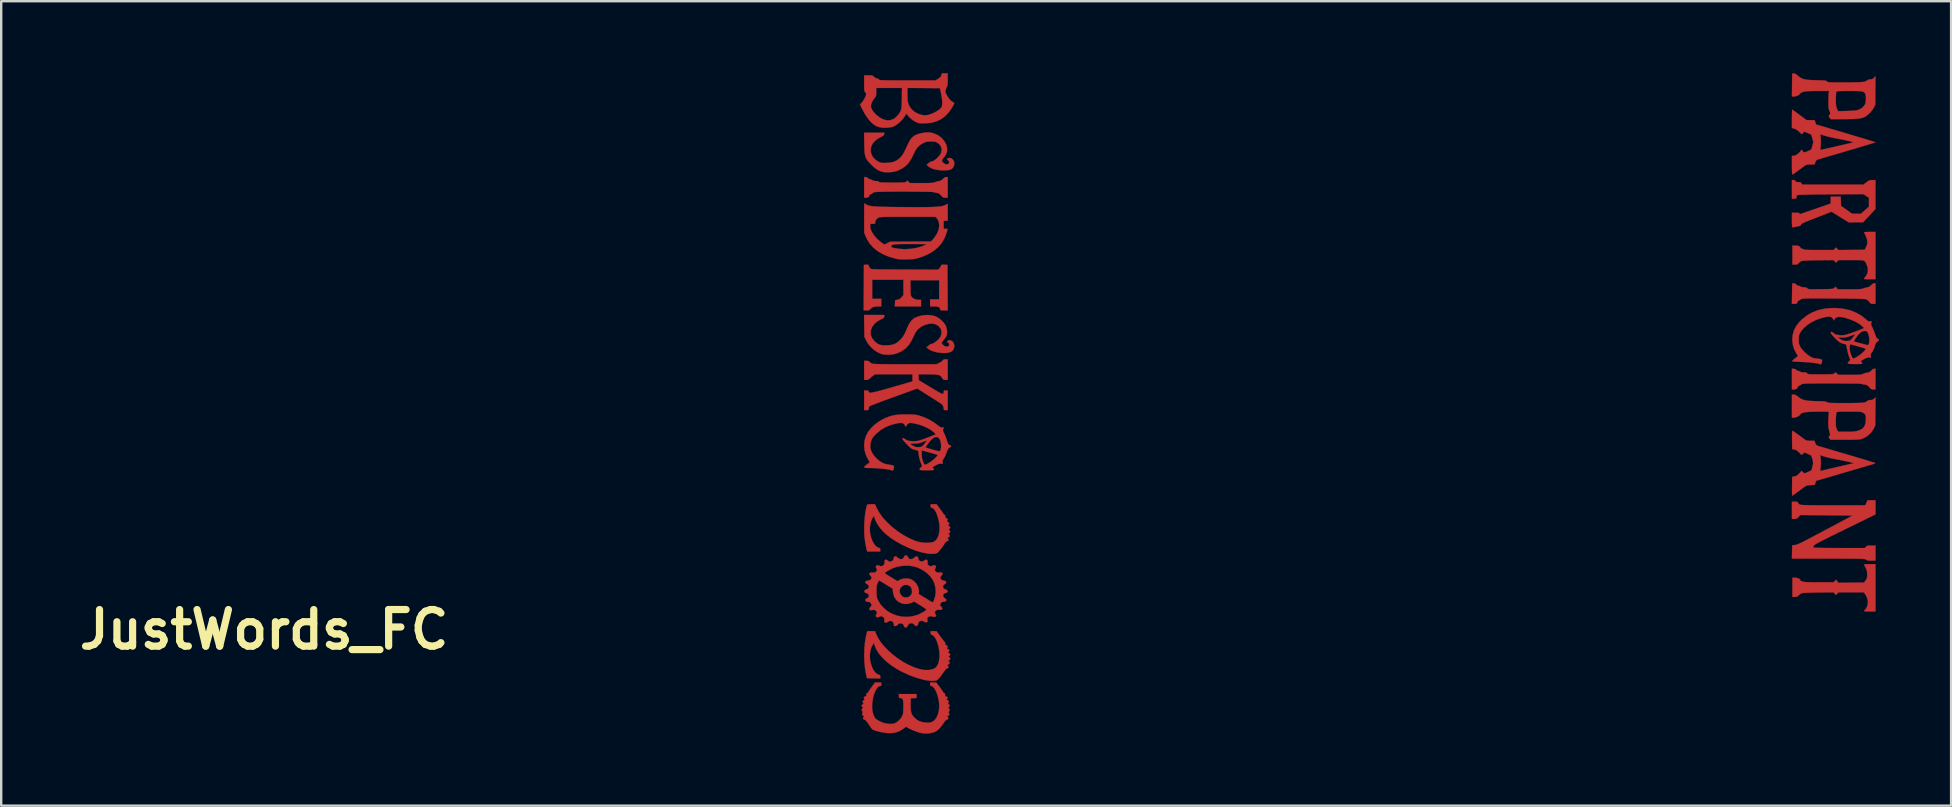
<source format=kicad_pcb>
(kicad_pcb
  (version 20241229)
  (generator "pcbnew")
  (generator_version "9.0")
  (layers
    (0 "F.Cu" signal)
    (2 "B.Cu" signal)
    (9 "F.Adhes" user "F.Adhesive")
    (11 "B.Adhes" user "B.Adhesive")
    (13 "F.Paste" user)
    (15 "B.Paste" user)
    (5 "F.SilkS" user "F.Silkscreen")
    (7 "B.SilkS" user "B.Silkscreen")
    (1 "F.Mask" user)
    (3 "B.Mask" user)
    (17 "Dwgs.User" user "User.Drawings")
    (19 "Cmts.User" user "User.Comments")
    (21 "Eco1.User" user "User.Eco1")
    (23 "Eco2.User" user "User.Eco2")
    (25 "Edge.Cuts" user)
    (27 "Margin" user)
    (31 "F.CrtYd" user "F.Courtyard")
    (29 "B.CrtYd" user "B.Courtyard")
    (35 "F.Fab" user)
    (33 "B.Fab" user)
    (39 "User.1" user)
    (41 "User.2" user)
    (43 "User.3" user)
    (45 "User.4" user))
  (footprint "JustWords_FC"
    (layer "F.Cu")
    (at 7.954 23.182)
    (property "Reference" "JustWords_FC" (at 0 0 0) (layer "F.SilkS") (effects (font (size 1.524 1.524) (thickness 0.3))))
    (attr through_hole)
    (fp_poly (pts (xy 67.139 -14.598) (xy 66.898 -14.598) (xy 66.803 -14.599) (xy 66.726 -14.602) (xy 66.674 -14.606) (xy 66.657 -14.611) (xy 66.669 -14.633) (xy 66.7 -14.674) (xy 66.712 -14.69) (xy 66.788 -14.808) (xy 66.822 -14.935) (xy 66.816 -15.07) (xy 66.77 -15.206) (xy 66.745 -15.263) (xy 66.723 -15.307) (xy 66.699 -15.34) (xy 66.669 -15.363) (xy 66.626 -15.379) (xy 66.566 -15.389) (xy 66.483 -15.394) (xy 66.372 -15.395) (xy 66.228 -15.395) (xy 66.122 -15.395) (xy 65.594 -15.395) (xy 65.545 -15.343) (xy 65.495 -15.29) (xy 65.384 -15.396) (xy 64.767 -15.389) (xy 64.607 -15.386) (xy 64.456 -15.383) (xy 64.322 -15.378) (xy 64.211 -15.373) (xy 64.128 -15.368) (xy 64.08 -15.363) (xy 64.074 -15.362) (xy 64.005 -15.329) (xy 63.943 -15.276) (xy 63.941 -15.275) (xy 63.9 -15.232) (xy 63.858 -15.212) (xy 63.797 -15.207) (xy 63.781 -15.206) (xy 63.678 -15.206) (xy 63.678 -16.003) (xy 63.794 -16.003) (xy 63.885 -15.995) (xy 63.957 -15.972) (xy 64.002 -15.938) (xy 64.014 -15.907) (xy 64.031 -15.882) (xy 64.052 -15.878) (xy 64.098 -15.865) (xy 64.13 -15.847) (xy 64.149 -15.838) (xy 64.181 -15.83) (xy 64.23 -15.825) (xy 64.301 -15.821) (xy 64.399 -15.818) (xy 64.528 -15.816) (xy 64.692 -15.816) (xy 64.781 -15.815) (xy 65.391 -15.815) (xy 65.44 -15.867) (xy 65.49 -15.92) (xy 65.545 -15.867) (xy 65.6 -15.814) (xy 66.144 -15.82) (xy 66.688 -15.825) (xy 66.747 -15.941) (xy 66.784 -16.028) (xy 66.801 -16.113) (xy 66.797 -16.203) (xy 66.771 -16.306) (xy 66.722 -16.429) (xy 66.661 -16.554) (xy 66.677 -16.56) (xy 66.728 -16.565) (xy 66.804 -16.569) (xy 66.896 -16.57) (xy 67.139 -16.57) (xy 67.139 -14.598)) (stroke (width 0.01) (type solid)) (fill yes) (layer "F.Cu"))
    (fp_poly (pts (xy 67.139 -0.755) (xy 66.897 -0.755) (xy 66.794 -0.755) (xy 66.726 -0.757) (xy 66.687 -0.762) (xy 66.671 -0.77) (xy 66.671 -0.783) (xy 66.677 -0.796) (xy 66.705 -0.835) (xy 66.722 -0.851) (xy 66.754 -0.889) (xy 66.785 -0.955) (xy 66.809 -1.035) (xy 66.822 -1.116) (xy 66.824 -1.143) (xy 66.805 -1.268) (xy 66.753 -1.4) (xy 66.698 -1.491) (xy 66.654 -1.552) (xy 65.6 -1.552) (xy 65.541 -1.496) (xy 65.483 -1.44) (xy 65.439 -1.497) (xy 65.394 -1.553) (xy 64.772 -1.545) (xy 64.611 -1.543) (xy 64.461 -1.54) (xy 64.327 -1.536) (xy 64.216 -1.531) (xy 64.133 -1.527) (xy 64.085 -1.522) (xy 64.079 -1.521) (xy 64.017 -1.493) (xy 63.956 -1.445) (xy 63.946 -1.434) (xy 63.901 -1.39) (xy 63.858 -1.369) (xy 63.796 -1.363) (xy 63.781 -1.363) (xy 63.678 -1.363) (xy 63.678 -2.16) (xy 63.791 -2.16) (xy 63.878 -2.15) (xy 63.95 -2.123) (xy 63.999 -2.084) (xy 64.014 -2.043) (xy 64.032 -2.02) (xy 64.065 -2.014) (xy 64.109 -2.006) (xy 64.129 -1.993) (xy 64.154 -1.986) (xy 64.219 -1.981) (xy 64.321 -1.977) (xy 64.458 -1.974) (xy 64.628 -1.972) (xy 64.764 -1.972) (xy 65.385 -1.972) (xy 65.442 -2.026) (xy 65.498 -2.08) (xy 65.544 -2.015) (xy 65.59 -1.95) (xy 66.128 -1.956) (xy 66.665 -1.961) (xy 66.729 -2.052) (xy 66.764 -2.106) (xy 66.783 -2.155) (xy 66.791 -2.215) (xy 66.793 -2.293) (xy 66.789 -2.387) (xy 66.775 -2.461) (xy 66.746 -2.536) (xy 66.73 -2.569) (xy 66.697 -2.635) (xy 66.672 -2.686) (xy 66.66 -2.711) (xy 66.677 -2.717) (xy 66.728 -2.722) (xy 66.804 -2.725) (xy 66.896 -2.727) (xy 67.139 -2.727) (xy 67.139 -0.755)) (stroke (width 0.01) (type solid)) (fill yes) (layer "F.Cu"))
    (fp_poly (pts (xy 28.344 -15.202) (xy 28.473 -15.196) (xy 28.478 -14.247) (xy 28.484 -13.298) (xy 28.326 -13.298) (xy 28.246 -13.298) (xy 28.199 -13.302) (xy 28.176 -13.313) (xy 28.169 -13.332) (xy 28.169 -13.349) (xy 28.155 -13.402) (xy 28.112 -13.437) (xy 28.037 -13.458) (xy 27.925 -13.466) (xy 27.912 -13.466) (xy 27.749 -13.466) (xy 27.749 -13.759) (xy 28.127 -13.759) (xy 28.127 -14.556) (xy 26.931 -14.556) (xy 26.931 -14.251) (xy 26.932 -14.119) (xy 26.936 -14.023) (xy 26.943 -13.954) (xy 26.954 -13.906) (xy 26.964 -13.882) (xy 27.017 -13.822) (xy 27.099 -13.774) (xy 27.199 -13.745) (xy 27.272 -13.739) (xy 27.372 -13.738) (xy 27.372 -13.466) (xy 26.279 -13.466) (xy 26.285 -13.596) (xy 26.291 -13.727) (xy 26.386 -13.742) (xy 26.453 -13.76) (xy 26.508 -13.795) (xy 26.559 -13.848) (xy 26.637 -13.937) (xy 26.637 -14.257) (xy 26.637 -14.577) (xy 25.337 -14.577) (xy 25.337 -13.78) (xy 25.715 -13.78) (xy 25.715 -13.466) (xy 25.567 -13.466) (xy 25.447 -13.458) (xy 25.357 -13.432) (xy 25.287 -13.384) (xy 25.257 -13.351) (xy 25.226 -13.319) (xy 25.188 -13.303) (xy 25.127 -13.298) (xy 25.098 -13.298) (xy 24.98 -13.298) (xy 24.986 -14.247) (xy 24.991 -15.196) (xy 25.089 -15.202) (xy 25.149 -15.204) (xy 25.179 -15.196) (xy 25.194 -15.17) (xy 25.2 -15.147) (xy 25.225 -15.087) (xy 25.257 -15.046) (xy 25.267 -15.038) (xy 25.281 -15.032) (xy 25.303 -15.026) (xy 25.334 -15.021) (xy 25.379 -15.017) (xy 25.441 -15.014) (xy 25.522 -15.011) (xy 25.625 -15.009) (xy 25.754 -15.007) (xy 25.911 -15.006) (xy 26.1 -15.004) (xy 26.324 -15.003) (xy 26.585 -15.002) (xy 26.693 -15.002) (xy 28.086 -14.996) (xy 28.138 -15.052) (xy 28.178 -15.105) (xy 28.202 -15.155) (xy 28.203 -15.159) (xy 28.213 -15.186) (xy 28.233 -15.2) (xy 28.273 -15.204) (xy 28.344 -15.202)) (stroke (width 0.01) (type solid)) (fill yes) (layer "F.Cu"))
    (fp_poly (pts (xy 67.139 -13.57) (xy 67.039 -13.571) (xy 66.976 -13.575) (xy 66.935 -13.592) (xy 66.899 -13.631) (xy 66.883 -13.654) (xy 66.81 -13.73) (xy 66.747 -13.762) (xy 66.718 -13.768) (xy 66.669 -13.773) (xy 66.596 -13.778) (xy 66.497 -13.782) (xy 66.369 -13.785) (xy 66.211 -13.788) (xy 66.02 -13.791) (xy 65.793 -13.793) (xy 65.527 -13.795) (xy 65.374 -13.796) (xy 65.107 -13.797) (xy 64.879 -13.798) (xy 64.686 -13.799) (xy 64.526 -13.799) (xy 64.396 -13.798) (xy 64.292 -13.796) (xy 64.211 -13.794) (xy 64.151 -13.791) (xy 64.107 -13.787) (xy 64.078 -13.783) (xy 64.06 -13.777) (xy 64.049 -13.77) (xy 64.048 -13.77) (xy 64.004 -13.739) (xy 63.952 -13.714) (xy 63.903 -13.686) (xy 63.888 -13.645) (xy 63.888 -13.644) (xy 63.878 -13.604) (xy 63.843 -13.581) (xy 63.776 -13.571) (xy 63.739 -13.57) (xy 63.656 -13.57) (xy 63.662 -13.995) (xy 63.668 -14.42) (xy 63.733 -14.426) (xy 63.788 -14.421) (xy 63.827 -14.387) (xy 63.833 -14.379) (xy 63.882 -14.335) (xy 63.928 -14.326) (xy 63.981 -14.315) (xy 64.014 -14.294) (xy 64.058 -14.271) (xy 64.138 -14.263) (xy 64.15 -14.263) (xy 64.225 -14.258) (xy 64.274 -14.24) (xy 64.298 -14.22) (xy 64.312 -14.206) (xy 64.329 -14.196) (xy 64.355 -14.189) (xy 64.396 -14.184) (xy 64.456 -14.181) (xy 64.541 -14.18) (xy 64.655 -14.181) (xy 64.805 -14.182) (xy 64.855 -14.183) (xy 65.016 -14.185) (xy 65.14 -14.187) (xy 65.234 -14.19) (xy 65.301 -14.194) (xy 65.347 -14.199) (xy 65.379 -14.207) (xy 65.401 -14.217) (xy 65.418 -14.231) (xy 65.424 -14.236) (xy 65.475 -14.284) (xy 65.524 -14.231) (xy 65.573 -14.179) (xy 66.064 -14.179) (xy 66.232 -14.179) (xy 66.362 -14.181) (xy 66.461 -14.185) (xy 66.531 -14.19) (xy 66.58 -14.198) (xy 66.61 -14.207) (xy 66.611 -14.208) (xy 66.666 -14.229) (xy 66.74 -14.247) (xy 66.772 -14.253) (xy 66.851 -14.272) (xy 66.915 -14.31) (xy 66.958 -14.35) (xy 67.02 -14.401) (xy 67.073 -14.428) (xy 67.089 -14.43) (xy 67.139 -14.43) (xy 67.139 -13.57)) (stroke (width 0.01) (type solid)) (fill yes) (layer "F.Cu"))
    (fp_poly (pts (xy 25.126 -18.84) (xy 25.153 -18.814) (xy 25.191 -18.781) (xy 25.222 -18.772) (xy 25.267 -18.761) (xy 25.322 -18.733) (xy 25.327 -18.73) (xy 25.414 -18.696) (xy 25.497 -18.688) (xy 25.571 -18.683) (xy 25.61 -18.668) (xy 25.617 -18.657) (xy 25.626 -18.647) (xy 25.648 -18.639) (xy 25.686 -18.634) (xy 25.746 -18.63) (xy 25.832 -18.627) (xy 25.95 -18.626) (xy 26.102 -18.625) (xy 26.171 -18.625) (xy 26.337 -18.625) (xy 26.465 -18.626) (xy 26.562 -18.628) (xy 26.633 -18.631) (xy 26.682 -18.635) (xy 26.715 -18.642) (xy 26.737 -18.651) (xy 26.754 -18.663) (xy 26.758 -18.667) (xy 26.803 -18.709) (xy 26.856 -18.657) (xy 26.908 -18.604) (xy 27.393 -18.604) (xy 27.556 -18.605) (xy 27.682 -18.606) (xy 27.778 -18.61) (xy 27.847 -18.615) (xy 27.895 -18.622) (xy 27.928 -18.631) (xy 27.939 -18.636) (xy 27.998 -18.659) (xy 28.074 -18.677) (xy 28.1 -18.681) (xy 28.176 -18.699) (xy 28.239 -18.737) (xy 28.281 -18.775) (xy 28.351 -18.833) (xy 28.411 -18.855) (xy 28.423 -18.856) (xy 28.483 -18.856) (xy 28.483 -17.996) (xy 28.383 -17.996) (xy 28.323 -17.999) (xy 28.281 -18.013) (xy 28.242 -18.046) (xy 28.205 -18.089) (xy 28.152 -18.145) (xy 28.106 -18.176) (xy 28.049 -18.192) (xy 28.027 -18.195) (xy 27.96 -18.207) (xy 27.905 -18.222) (xy 27.891 -18.228) (xy 27.863 -18.232) (xy 27.795 -18.236) (xy 27.691 -18.239) (xy 27.553 -18.242) (xy 27.384 -18.244) (xy 27.187 -18.246) (xy 26.965 -18.247) (xy 26.72 -18.248) (xy 26.66 -18.248) (xy 26.392 -18.248) (xy 26.163 -18.247) (xy 25.97 -18.246) (xy 25.811 -18.244) (xy 25.681 -18.241) (xy 25.578 -18.237) (xy 25.499 -18.232) (xy 25.441 -18.226) (xy 25.401 -18.218) (xy 25.375 -18.209) (xy 25.362 -18.198) (xy 25.358 -18.185) (xy 25.358 -18.183) (xy 25.34 -18.167) (xy 25.296 -18.147) (xy 25.285 -18.143) (xy 25.232 -18.118) (xy 25.212 -18.085) (xy 25.211 -18.07) (xy 25.196 -18.029) (xy 25.148 -18.005) (xy 25.064 -17.996) (xy 25.059 -17.996) (xy 25.001 -17.996) (xy 25.001 -18.856) (xy 25.064 -18.856) (xy 25.126 -18.84)) (stroke (width 0.01) (type solid)) (fill yes) (layer "F.Cu"))
    (fp_poly (pts (xy 63.781 -18.725) (xy 63.802 -18.707) (xy 63.804 -18.688) (xy 63.809 -18.664) (xy 63.832 -18.651) (xy 63.881 -18.647) (xy 63.916 -18.646) (xy 63.984 -18.644) (xy 64.023 -18.633) (xy 64.047 -18.608) (xy 64.056 -18.594) (xy 64.084 -18.541) (xy 66.639 -18.541) (xy 66.759 -18.636) (xy 66.825 -18.685) (xy 66.874 -18.714) (xy 66.923 -18.727) (xy 66.986 -18.73) (xy 67.009 -18.73) (xy 67.139 -18.73) (xy 67.138 -18.127) (xy 67.138 -17.524) (xy 66.625 -16.972) (xy 66.02 -16.968) (xy 65.309 -17.412) (xy 64.672 -17.164) (xy 64.495 -17.095) (xy 64.354 -17.039) (xy 64.244 -16.994) (xy 64.162 -16.959) (xy 64.104 -16.932) (xy 64.067 -16.911) (xy 64.045 -16.893) (xy 64.036 -16.879) (xy 64.035 -16.872) (xy 64.03 -16.849) (xy 64.01 -16.832) (xy 63.968 -16.816) (xy 63.895 -16.8) (xy 63.862 -16.793) (xy 63.781 -16.777) (xy 63.716 -16.765) (xy 63.678 -16.759) (xy 63.673 -16.759) (xy 63.667 -16.778) (xy 63.663 -16.833) (xy 63.659 -16.914) (xy 63.657 -17.015) (xy 63.657 -17.063) (xy 63.657 -17.367) (xy 63.815 -17.367) (xy 63.897 -17.365) (xy 63.945 -17.36) (xy 63.967 -17.349) (xy 63.972 -17.333) (xy 63.983 -17.31) (xy 64.009 -17.314) (xy 64.037 -17.324) (xy 64.1 -17.346) (xy 64.192 -17.378) (xy 64.309 -17.418) (xy 64.444 -17.465) (xy 64.593 -17.517) (xy 64.659 -17.539) (xy 65.272 -17.75) (xy 65.272 -18.038) (xy 65.69 -18.038) (xy 65.702 -17.654) (xy 65.933 -17.491) (xy 66.164 -17.327) (xy 66.347 -17.326) (xy 66.529 -17.325) (xy 66.698 -17.474) (xy 66.866 -17.622) (xy 66.866 -17.99) (xy 66.635 -18.143) (xy 65.351 -18.135) (xy 65.119 -18.133) (xy 64.897 -18.131) (xy 64.689 -18.129) (xy 64.499 -18.126) (xy 64.331 -18.123) (xy 64.188 -18.12) (xy 64.076 -18.117) (xy 63.997 -18.115) (xy 63.956 -18.112) (xy 63.956 -18.112) (xy 63.892 -18.102) (xy 63.86 -18.089) (xy 63.848 -18.065) (xy 63.846 -18.025) (xy 63.844 -17.982) (xy 63.83 -17.961) (xy 63.793 -17.955) (xy 63.752 -17.954) (xy 63.657 -17.954) (xy 63.657 -18.73) (xy 63.731 -18.73) (xy 63.781 -18.725)) (stroke (width 0.01) (type solid)) (fill yes) (layer "F.Cu"))
    (fp_poly (pts (xy 63.797 -10.853) (xy 63.83 -10.823) (xy 63.873 -10.789) (xy 63.911 -10.781) (xy 63.963 -10.77) (xy 63.993 -10.749) (xy 64.033 -10.728) (xy 64.11 -10.718) (xy 64.142 -10.718) (xy 64.216 -10.715) (xy 64.26 -10.705) (xy 64.287 -10.683) (xy 64.291 -10.676) (xy 64.301 -10.663) (xy 64.316 -10.653) (xy 64.341 -10.646) (xy 64.381 -10.641) (xy 64.441 -10.637) (xy 64.527 -10.635) (xy 64.642 -10.634) (xy 64.793 -10.634) (xy 64.845 -10.634) (xy 65.008 -10.634) (xy 65.134 -10.635) (xy 65.229 -10.637) (xy 65.298 -10.64) (xy 65.347 -10.645) (xy 65.38 -10.652) (xy 65.404 -10.662) (xy 65.423 -10.674) (xy 65.425 -10.676) (xy 65.479 -10.719) (xy 65.536 -10.666) (xy 65.593 -10.613) (xy 66.067 -10.613) (xy 66.223 -10.613) (xy 66.342 -10.614) (xy 66.431 -10.617) (xy 66.496 -10.621) (xy 66.543 -10.627) (xy 66.578 -10.636) (xy 66.607 -10.648) (xy 66.62 -10.655) (xy 66.688 -10.682) (xy 66.755 -10.697) (xy 66.767 -10.697) (xy 66.843 -10.712) (xy 66.919 -10.75) (xy 66.978 -10.801) (xy 66.992 -10.822) (xy 67.033 -10.858) (xy 67.077 -10.865) (xy 67.139 -10.865) (xy 67.139 -10.005) (xy 67.051 -10.005) (xy 66.998 -10.008) (xy 66.957 -10.025) (xy 66.915 -10.061) (xy 66.878 -10.102) (xy 66.825 -10.157) (xy 66.782 -10.188) (xy 66.731 -10.203) (xy 66.682 -10.209) (xy 66.618 -10.219) (xy 66.573 -10.231) (xy 66.561 -10.238) (xy 66.538 -10.242) (xy 66.477 -10.245) (xy 66.382 -10.248) (xy 66.256 -10.25) (xy 66.103 -10.252) (xy 65.927 -10.254) (xy 65.731 -10.255) (xy 65.519 -10.256) (xy 65.326 -10.256) (xy 65.069 -10.256) (xy 64.85 -10.256) (xy 64.667 -10.256) (xy 64.516 -10.255) (xy 64.393 -10.254) (xy 64.296 -10.252) (xy 64.221 -10.249) (xy 64.165 -10.246) (xy 64.124 -10.242) (xy 64.095 -10.236) (xy 64.075 -10.23) (xy 64.061 -10.222) (xy 64.051 -10.215) (xy 63.993 -10.177) (xy 63.943 -10.153) (xy 63.899 -10.121) (xy 63.888 -10.09) (xy 63.869 -10.044) (xy 63.815 -10.015) (xy 63.732 -10.005) (xy 63.657 -10.005) (xy 63.657 -10.865) (xy 63.731 -10.865) (xy 63.797 -10.853)) (stroke (width 0.01) (type solid)) (fill yes) (layer "F.Cu"))
    (fp_poly (pts (xy 67.139 -4.8) (xy 66.138 -4.31) (xy 65.862 -4.175) (xy 65.622 -4.057) (xy 65.415 -3.955) (xy 65.238 -3.867) (xy 65.089 -3.793) (xy 64.964 -3.731) (xy 64.863 -3.679) (xy 64.781 -3.636) (xy 64.718 -3.602) (xy 64.669 -3.574) (xy 64.633 -3.551) (xy 64.608 -3.533) (xy 64.59 -3.517) (xy 64.577 -3.503) (xy 64.572 -3.496) (xy 64.545 -3.455) (xy 64.544 -3.432) (xy 64.56 -3.418) (xy 64.587 -3.414) (xy 64.653 -3.41) (xy 64.755 -3.407) (xy 64.888 -3.404) (xy 65.051 -3.401) (xy 65.24 -3.4) (xy 65.451 -3.399) (xy 65.641 -3.398) (xy 66.691 -3.398) (xy 66.741 -3.45) (xy 66.769 -3.476) (xy 66.801 -3.492) (xy 66.847 -3.5) (xy 66.919 -3.503) (xy 66.964 -3.503) (xy 67.139 -3.503) (xy 67.139 -2.873) (xy 66.966 -2.874) (xy 66.872 -2.876) (xy 66.809 -2.884) (xy 66.765 -2.899) (xy 66.741 -2.915) (xy 66.729 -2.923) (xy 66.716 -2.93) (xy 66.696 -2.936) (xy 66.668 -2.941) (xy 66.628 -2.945) (xy 66.573 -2.948) (xy 66.501 -2.951) (xy 66.409 -2.953) (xy 66.293 -2.954) (xy 66.151 -2.955) (xy 65.979 -2.956) (xy 65.775 -2.956) (xy 65.536 -2.957) (xy 65.259 -2.957) (xy 65.172 -2.957) (xy 63.656 -2.957) (xy 63.662 -3.235) (xy 63.668 -3.513) (xy 63.783 -3.524) (xy 63.811 -3.528) (xy 63.843 -3.536) (xy 63.883 -3.55) (xy 63.935 -3.571) (xy 64 -3.601) (xy 64.083 -3.641) (xy 64.185 -3.692) (xy 64.309 -3.756) (xy 64.46 -3.835) (xy 64.639 -3.93) (xy 64.85 -4.042) (xy 65.04 -4.143) (xy 66.182 -4.751) (xy 65.093 -4.762) (xy 64.003 -4.773) (xy 63.93 -4.693) (xy 63.88 -4.645) (xy 63.837 -4.621) (xy 63.781 -4.614) (xy 63.757 -4.614) (xy 63.657 -4.614) (xy 63.657 -5.327) (xy 63.783 -5.327) (xy 63.854 -5.326) (xy 63.892 -5.318) (xy 63.907 -5.303) (xy 63.909 -5.29) (xy 63.926 -5.255) (xy 63.966 -5.219) (xy 63.97 -5.217) (xy 63.985 -5.209) (xy 64.005 -5.203) (xy 64.034 -5.198) (xy 64.075 -5.193) (xy 64.131 -5.19) (xy 64.204 -5.187) (xy 64.299 -5.185) (xy 64.418 -5.183) (xy 64.565 -5.182) (xy 64.742 -5.181) (xy 64.952 -5.181) (xy 65.2 -5.181) (xy 65.372 -5.181) (xy 66.712 -5.181) (xy 66.811 -5.39) (xy 67.139 -5.39) (xy 67.139 -4.8)) (stroke (width 0.01) (type solid)) (fill yes) (layer "F.Cu"))
    (fp_poly (pts (xy 28.483 -10.403) (xy 28.391 -10.403) (xy 28.334 -10.406) (xy 28.298 -10.421) (xy 28.267 -10.459) (xy 28.245 -10.494) (xy 28.216 -10.538) (xy 28.182 -10.572) (xy 28.138 -10.597) (xy 28.079 -10.614) (xy 27.998 -10.625) (xy 27.89 -10.631) (xy 27.749 -10.634) (xy 27.646 -10.634) (xy 27.265 -10.634) (xy 27.271 -10.513) (xy 27.277 -10.393) (xy 27.768 -10.094) (xy 27.922 -10.001) (xy 28.045 -9.929) (xy 28.138 -9.876) (xy 28.208 -9.842) (xy 28.256 -9.825) (xy 28.288 -9.823) (xy 28.305 -9.836) (xy 28.313 -9.862) (xy 28.315 -9.899) (xy 28.315 -9.902) (xy 28.319 -9.941) (xy 28.338 -9.958) (xy 28.383 -9.963) (xy 28.399 -9.963) (xy 28.483 -9.963) (xy 28.483 -9.145) (xy 28.399 -9.145) (xy 28.346 -9.147) (xy 28.322 -9.161) (xy 28.316 -9.195) (xy 28.315 -9.21) (xy 28.304 -9.277) (xy 28.282 -9.331) (xy 28.273 -9.347) (xy 28.263 -9.362) (xy 28.249 -9.377) (xy 28.228 -9.395) (xy 28.195 -9.419) (xy 28.147 -9.452) (xy 28.08 -9.496) (xy 27.99 -9.553) (xy 27.874 -9.627) (xy 27.728 -9.72) (xy 27.665 -9.759) (xy 27.214 -10.045) (xy 26.232 -9.69) (xy 26.004 -9.608) (xy 25.8 -9.533) (xy 25.623 -9.466) (xy 25.475 -9.409) (xy 25.359 -9.363) (xy 25.276 -9.328) (xy 25.23 -9.305) (xy 25.22 -9.298) (xy 25.198 -9.248) (xy 25.191 -9.203) (xy 25.187 -9.167) (xy 25.17 -9.15) (xy 25.127 -9.145) (xy 25.096 -9.145) (xy 25.001 -9.145) (xy 25.001 -9.963) (xy 25.096 -9.963) (xy 25.156 -9.96) (xy 25.184 -9.947) (xy 25.19 -9.926) (xy 25.191 -9.906) (xy 25.197 -9.89) (xy 25.209 -9.878) (xy 25.23 -9.871) (xy 25.262 -9.869) (xy 25.309 -9.874) (xy 25.373 -9.885) (xy 25.455 -9.903) (xy 25.56 -9.928) (xy 25.688 -9.962) (xy 25.843 -10.004) (xy 26.028 -10.056) (xy 26.244 -10.118) (xy 26.494 -10.19) (xy 26.781 -10.274) (xy 26.905 -10.31) (xy 27.015 -10.342) (xy 27.015 -10.634) (xy 25.448 -10.634) (xy 25.366 -10.574) (xy 25.304 -10.524) (xy 25.248 -10.473) (xy 25.234 -10.459) (xy 25.186 -10.42) (xy 25.128 -10.405) (xy 25.092 -10.403) (xy 25.001 -10.403) (xy 25.001 -11.2) (xy 25.092 -11.2) (xy 25.164 -11.193) (xy 25.215 -11.165) (xy 25.232 -11.148) (xy 25.288 -11.105) (xy 25.354 -11.075) (xy 25.356 -11.075) (xy 25.394 -11.07) (xy 25.47 -11.066) (xy 25.584 -11.063) (xy 25.733 -11.06) (xy 25.915 -11.057) (xy 26.126 -11.055) (xy 26.366 -11.054) (xy 26.631 -11.054) (xy 26.718 -11.054) (xy 28.004 -11.054) (xy 28.127 -11.111) (xy 28.196 -11.149) (xy 28.251 -11.188) (xy 28.276 -11.216) (xy 28.302 -11.247) (xy 28.346 -11.261) (xy 28.392 -11.263) (xy 28.483 -11.263) (xy 28.483 -10.403)) (stroke (width 0.01) (type solid)) (fill yes) (layer "F.Cu"))
    (fp_poly (pts (xy 25.501 0.184) (xy 25.581 0.352) (xy 25.696 0.528) (xy 25.842 0.707) (xy 26.014 0.883) (xy 26.208 1.053) (xy 26.418 1.212) (xy 26.64 1.356) (xy 26.837 1.463) (xy 27.083 1.573) (xy 27.308 1.646) (xy 27.512 1.684) (xy 27.696 1.685) (xy 27.859 1.649) (xy 27.934 1.617) (xy 28.007 1.558) (xy 28.066 1.465) (xy 28.109 1.344) (xy 28.136 1.202) (xy 28.143 1.046) (xy 28.133 0.907) (xy 28.103 0.731) (xy 28.061 0.572) (xy 28.01 0.437) (xy 27.951 0.33) (xy 27.888 0.255) (xy 27.821 0.218) (xy 27.82 0.218) (xy 27.785 0.2) (xy 27.771 0.163) (xy 27.77 0.134) (xy 27.77 0.063) (xy 28.013 0.063) (xy 28.159 0.264) (xy 28.221 0.348) (xy 28.278 0.422) (xy 28.323 0.478) (xy 28.349 0.506) (xy 28.383 0.561) (xy 28.383 0.599) (xy 28.383 0.637) (xy 28.408 0.65) (xy 28.419 0.65) (xy 28.462 0.666) (xy 28.48 0.706) (xy 28.467 0.756) (xy 28.454 0.795) (xy 28.478 0.815) (xy 28.508 0.818) (xy 28.537 0.834) (xy 28.547 0.87) (xy 28.534 0.905) (xy 28.525 0.912) (xy 28.505 0.943) (xy 28.517 0.976) (xy 28.546 0.992) (xy 28.58 1.016) (xy 28.586 1.052) (xy 28.562 1.081) (xy 28.557 1.083) (xy 28.529 1.108) (xy 28.525 1.122) (xy 28.542 1.152) (xy 28.557 1.161) (xy 28.584 1.189) (xy 28.586 1.23) (xy 28.564 1.265) (xy 28.546 1.273) (xy 28.509 1.292) (xy 28.512 1.315) (xy 28.536 1.329) (xy 28.564 1.357) (xy 28.564 1.397) (xy 28.537 1.434) (xy 28.512 1.448) (xy 28.475 1.466) (xy 28.473 1.484) (xy 28.491 1.508) (xy 28.514 1.553) (xy 28.506 1.593) (xy 28.471 1.614) (xy 28.461 1.615) (xy 28.427 1.632) (xy 28.382 1.678) (xy 28.354 1.715) (xy 28.253 1.859) (xy 28.166 1.973) (xy 28.095 2.055) (xy 28.042 2.103) (xy 28.026 2.112) (xy 27.954 2.13) (xy 27.851 2.136) (xy 27.726 2.13) (xy 27.589 2.112) (xy 27.514 2.098) (xy 27.188 2.011) (xy 26.859 1.889) (xy 26.534 1.735) (xy 26.354 1.634) (xy 26.122 1.482) (xy 25.917 1.319) (xy 25.743 1.15) (xy 25.601 0.977) (xy 25.496 0.802) (xy 25.435 0.645) (xy 25.409 0.557) (xy 25.365 0.62) (xy 25.303 0.737) (xy 25.261 0.882) (xy 25.24 1.043) (xy 25.242 1.211) (xy 25.261 1.342) (xy 25.306 1.502) (xy 25.364 1.64) (xy 25.434 1.752) (xy 25.513 1.832) (xy 25.596 1.877) (xy 25.613 1.881) (xy 25.654 1.895) (xy 25.67 1.925) (xy 25.673 1.964) (xy 25.673 2.036) (xy 25.395 2.03) (xy 25.118 2.024) (xy 25.082 1.867) (xy 25.038 1.618) (xy 25.012 1.345) (xy 25.003 1.059) (xy 25.013 0.771) (xy 25.04 0.494) (xy 25.085 0.238) (xy 25.108 0.142) (xy 25.129 0.063) (xy 25.457 0.063) (xy 25.501 0.184)) (stroke (width 0.01) (type solid)) (fill yes) (layer "F.Cu"))
    (fp_poly (pts (xy 63.687 -21.655) (xy 63.734 -21.621) (xy 63.804 -21.571) (xy 63.89 -21.508) (xy 63.973 -21.446) (xy 64.268 -21.226) (xy 64.598 -21.226) (xy 64.667 -21.044) (xy 65.903 -20.68) (xy 66.122 -20.615) (xy 66.329 -20.553) (xy 66.519 -20.496) (xy 66.691 -20.445) (xy 66.84 -20.399) (xy 66.962 -20.362) (xy 67.055 -20.333) (xy 67.115 -20.313) (xy 67.139 -20.304) (xy 67.139 -20.304) (xy 67.12 -20.296) (xy 67.063 -20.278) (xy 66.974 -20.25) (xy 66.855 -20.213) (xy 66.71 -20.169) (xy 66.543 -20.119) (xy 66.357 -20.064) (xy 66.156 -20.004) (xy 66.001 -19.959) (xy 65.788 -19.896) (xy 65.584 -19.836) (xy 65.394 -19.78) (xy 65.221 -19.73) (xy 65.07 -19.685) (xy 64.945 -19.649) (xy 64.849 -19.62) (xy 64.787 -19.602) (xy 64.766 -19.596) (xy 64.704 -19.573) (xy 64.667 -19.543) (xy 64.64 -19.491) (xy 64.633 -19.474) (xy 64.598 -19.38) (xy 64.441 -19.38) (xy 64.357 -19.377) (xy 64.286 -19.369) (xy 64.24 -19.357) (xy 64.238 -19.356) (xy 64.205 -19.335) (xy 64.146 -19.294) (xy 64.069 -19.237) (xy 63.98 -19.172) (xy 63.947 -19.146) (xy 63.858 -19.081) (xy 63.781 -19.025) (xy 63.721 -18.985) (xy 63.685 -18.963) (xy 63.679 -18.961) (xy 63.67 -18.982) (xy 63.664 -19.044) (xy 63.659 -19.146) (xy 63.657 -19.287) (xy 63.657 -19.349) (xy 63.657 -19.737) (xy 63.715 -19.737) (xy 63.792 -19.755) (xy 63.88 -19.805) (xy 63.968 -19.881) (xy 63.994 -19.91) (xy 64.068 -19.995) (xy 64.104 -19.939) (xy 64.134 -19.903) (xy 64.169 -19.888) (xy 64.218 -19.894) (xy 64.289 -19.92) (xy 64.34 -19.944) (xy 64.468 -20.004) (xy 64.509 -20.158) (xy 64.551 -20.312) (xy 64.467 -20.615) (xy 64.84 -20.615) (xy 64.847 -20.573) (xy 64.856 -20.499) (xy 64.861 -20.398) (xy 64.862 -20.286) (xy 64.857 -20.177) (xy 64.848 -20.088) (xy 64.842 -20.02) (xy 64.85 -19.99) (xy 64.855 -19.989) (xy 64.88 -19.993) (xy 64.941 -20.006) (xy 65.033 -20.026) (xy 65.15 -20.052) (xy 65.288 -20.083) (xy 65.441 -20.118) (xy 65.521 -20.136) (xy 65.68 -20.173) (xy 65.827 -20.207) (xy 65.956 -20.237) (xy 66.063 -20.263) (xy 66.141 -20.282) (xy 66.187 -20.294) (xy 66.195 -20.296) (xy 66.195 -20.307) (xy 66.156 -20.324) (xy 66.08 -20.346) (xy 65.97 -20.372) (xy 65.828 -20.402) (xy 65.657 -20.436) (xy 65.587 -20.449) (xy 65.412 -20.483) (xy 65.246 -20.52) (xy 65.096 -20.557) (xy 64.971 -20.592) (xy 64.879 -20.624) (xy 64.869 -20.628) (xy 64.845 -20.633) (xy 64.84 -20.615) (xy 64.467 -20.615) (xy 64.465 -20.623) (xy 64.322 -20.686) (xy 64.18 -20.75) (xy 64.121 -20.694) (xy 64.063 -20.638) (xy 63.958 -20.742) (xy 63.872 -20.817) (xy 63.79 -20.862) (xy 63.756 -20.873) (xy 63.657 -20.899) (xy 63.657 -21.283) (xy 63.658 -21.405) (xy 63.659 -21.51) (xy 63.662 -21.594) (xy 63.664 -21.648) (xy 63.668 -21.667) (xy 63.687 -21.655)) (stroke (width 0.01) (type solid)) (fill yes) (layer "F.Cu"))
    (fp_poly (pts (xy 63.768 -23.17) (xy 63.814 -23.148) (xy 63.875 -23.102) (xy 63.907 -23.076) (xy 63.974 -23.021) (xy 64.04 -22.979) (xy 64.111 -22.947) (xy 64.194 -22.924) (xy 64.296 -22.908) (xy 64.423 -22.898) (xy 64.583 -22.891) (xy 64.677 -22.889) (xy 64.818 -22.886) (xy 64.922 -22.883) (xy 64.997 -22.878) (xy 65.048 -22.872) (xy 65.081 -22.864) (xy 65.102 -22.853) (xy 65.116 -22.84) (xy 65.128 -22.829) (xy 65.143 -22.82) (xy 65.168 -22.813) (xy 65.206 -22.808) (xy 65.26 -22.804) (xy 65.337 -22.802) (xy 65.44 -22.8) (xy 65.573 -22.8) (xy 65.741 -22.799) (xy 65.866 -22.799) (xy 66.078 -22.8) (xy 66.252 -22.801) (xy 66.393 -22.804) (xy 66.506 -22.809) (xy 66.593 -22.816) (xy 66.66 -22.826) (xy 66.71 -22.838) (xy 66.749 -22.855) (xy 66.78 -22.875) (xy 66.794 -22.887) (xy 66.856 -22.917) (xy 66.926 -22.925) (xy 66.991 -22.932) (xy 67.04 -22.958) (xy 67.077 -22.993) (xy 67.139 -23.061) (xy 67.134 -22.464) (xy 67.129 -21.866) (xy 67.067 -21.745) (xy 67.006 -21.649) (xy 66.923 -21.549) (xy 66.827 -21.457) (xy 66.732 -21.385) (xy 66.673 -21.352) (xy 66.607 -21.327) (xy 66.531 -21.307) (xy 66.44 -21.292) (xy 66.329 -21.281) (xy 66.192 -21.274) (xy 66.024 -21.27) (xy 65.821 -21.268) (xy 65.793 -21.268) (xy 65.275 -21.268) (xy 65.232 -21.323) (xy 65.198 -21.371) (xy 65.192 -21.402) (xy 65.211 -21.428) (xy 65.22 -21.436) (xy 65.247 -21.484) (xy 65.245 -21.553) (xy 65.215 -21.631) (xy 65.2 -21.666) (xy 65.189 -21.711) (xy 65.183 -21.773) (xy 65.179 -21.862) (xy 65.178 -21.971) (xy 65.485 -21.971) (xy 65.497 -21.833) (xy 65.522 -21.726) (xy 65.559 -21.648) (xy 65.591 -21.599) (xy 65.951 -21.609) (xy 66.112 -21.615) (xy 66.238 -21.623) (xy 66.334 -21.635) (xy 66.407 -21.65) (xy 66.425 -21.655) (xy 66.537 -21.708) (xy 66.631 -21.785) (xy 66.697 -21.877) (xy 66.717 -21.929) (xy 66.733 -22.015) (xy 66.74 -22.112) (xy 66.738 -22.206) (xy 66.726 -22.285) (xy 66.708 -22.333) (xy 66.683 -22.365) (xy 66.655 -22.391) (xy 66.618 -22.41) (xy 66.568 -22.423) (xy 66.499 -22.433) (xy 66.407 -22.438) (xy 66.285 -22.441) (xy 66.129 -22.443) (xy 66.04 -22.443) (xy 65.868 -22.442) (xy 65.735 -22.44) (xy 65.636 -22.437) (xy 65.568 -22.432) (xy 65.527 -22.425) (xy 65.511 -22.417) (xy 65.511 -22.417) (xy 65.503 -22.386) (xy 65.496 -22.324) (xy 65.49 -22.238) (xy 65.486 -22.144) (xy 65.485 -21.971) (xy 65.178 -21.971) (xy 65.178 -21.983) (xy 65.178 -22.002) (xy 65.179 -22.117) (xy 65.182 -22.222) (xy 65.186 -22.308) (xy 65.191 -22.364) (xy 65.193 -22.374) (xy 65.208 -22.443) (xy 64.735 -22.443) (xy 64.538 -22.441) (xy 64.378 -22.436) (xy 64.252 -22.427) (xy 64.156 -22.413) (xy 64.086 -22.393) (xy 64.037 -22.368) (xy 64.009 -22.341) (xy 63.93 -22.266) (xy 63.83 -22.222) (xy 63.753 -22.212) (xy 63.657 -22.212) (xy 63.662 -22.689) (xy 63.668 -23.166) (xy 63.727 -23.173) (xy 63.768 -23.17)) (stroke (width 0.01) (type solid)) (fill yes) (layer "F.Cu"))
    (fp_poly (pts (xy 25.84 -13.05) (xy 25.837 -13.018) (xy 25.819 -12.993) (xy 25.781 -12.966) (xy 25.714 -12.933) (xy 25.691 -12.922) (xy 25.54 -12.835) (xy 25.42 -12.728) (xy 25.333 -12.607) (xy 25.282 -12.475) (xy 25.27 -12.362) (xy 25.287 -12.243) (xy 25.34 -12.13) (xy 25.431 -12.019) (xy 25.468 -11.983) (xy 25.546 -11.92) (xy 25.625 -11.878) (xy 25.716 -11.854) (xy 25.83 -11.843) (xy 25.924 -11.843) (xy 26.084 -11.852) (xy 26.215 -11.88) (xy 26.328 -11.929) (xy 26.433 -12.005) (xy 26.501 -12.069) (xy 26.565 -12.138) (xy 26.619 -12.209) (xy 26.669 -12.29) (xy 26.72 -12.39) (xy 26.776 -12.518) (xy 26.805 -12.589) (xy 26.88 -12.745) (xy 26.963 -12.865) (xy 27.057 -12.953) (xy 27.114 -12.988) (xy 27.264 -13.051) (xy 27.431 -13.091) (xy 27.606 -13.108) (xy 27.777 -13.099) (xy 27.932 -13.066) (xy 28.011 -13.036) (xy 28.12 -12.97) (xy 28.226 -12.883) (xy 28.319 -12.784) (xy 28.388 -12.686) (xy 28.402 -12.657) (xy 28.44 -12.542) (xy 28.457 -12.422) (xy 28.453 -12.311) (xy 28.442 -12.261) (xy 28.414 -12.203) (xy 28.367 -12.132) (xy 28.324 -12.079) (xy 28.276 -12.021) (xy 28.243 -11.973) (xy 28.232 -11.946) (xy 28.245 -11.914) (xy 28.28 -11.869) (xy 28.296 -11.852) (xy 28.361 -11.807) (xy 28.431 -11.787) (xy 28.493 -11.794) (xy 28.521 -11.813) (xy 28.544 -11.857) (xy 28.543 -11.906) (xy 28.519 -11.943) (xy 28.504 -11.949) (xy 28.471 -11.972) (xy 28.467 -12.005) (xy 28.489 -12.038) (xy 28.531 -12.058) (xy 28.551 -12.06) (xy 28.633 -12.043) (xy 28.695 -11.995) (xy 28.737 -11.926) (xy 28.757 -11.845) (xy 28.753 -11.759) (xy 28.724 -11.677) (xy 28.668 -11.607) (xy 28.642 -11.587) (xy 28.553 -11.549) (xy 28.436 -11.529) (xy 28.3 -11.525) (xy 28.155 -11.535) (xy 28.009 -11.559) (xy 27.873 -11.596) (xy 27.756 -11.644) (xy 27.666 -11.702) (xy 27.652 -11.715) (xy 27.597 -11.77) (xy 27.663 -11.81) (xy 27.706 -11.841) (xy 27.727 -11.865) (xy 27.728 -11.869) (xy 27.747 -11.883) (xy 27.792 -11.897) (xy 27.807 -11.9) (xy 27.879 -11.926) (xy 27.963 -11.977) (xy 28.048 -12.046) (xy 28.124 -12.122) (xy 28.178 -12.197) (xy 28.183 -12.205) (xy 28.224 -12.323) (xy 28.224 -12.437) (xy 28.186 -12.543) (xy 28.11 -12.636) (xy 28.058 -12.675) (xy 27.965 -12.724) (xy 27.87 -12.747) (xy 27.758 -12.746) (xy 27.68 -12.735) (xy 27.511 -12.688) (xy 27.361 -12.611) (xy 27.236 -12.507) (xy 27.142 -12.381) (xy 27.123 -12.346) (xy 27.095 -12.288) (xy 27.056 -12.205) (xy 27.013 -12.114) (xy 26.996 -12.078) (xy 26.886 -11.89) (xy 26.748 -11.734) (xy 26.584 -11.61) (xy 26.392 -11.518) (xy 26.28 -11.483) (xy 26.185 -11.466) (xy 26.068 -11.456) (xy 25.945 -11.455) (xy 25.831 -11.462) (xy 25.74 -11.477) (xy 25.725 -11.481) (xy 25.571 -11.549) (xy 25.419 -11.649) (xy 25.28 -11.774) (xy 25.162 -11.915) (xy 25.081 -12.052) (xy 25.012 -12.197) (xy 25.005 -12.653) (xy 24.998 -13.109) (xy 25.84 -13.109) (xy 25.84 -13.05)) (stroke (width 0.01) (type solid)) (fill yes) (layer "F.Cu"))
    (fp_poly (pts (xy 63.703 -8.273) (xy 63.753 -8.24) (xy 63.824 -8.19) (xy 63.908 -8.128) (xy 63.947 -8.1) (xy 64.038 -8.032) (xy 64.12 -7.971) (xy 64.186 -7.924) (xy 64.229 -7.895) (xy 64.238 -7.89) (xy 64.281 -7.878) (xy 64.352 -7.869) (xy 64.434 -7.865) (xy 64.44 -7.865) (xy 64.595 -7.865) (xy 64.631 -7.772) (xy 64.653 -7.721) (xy 64.677 -7.689) (xy 64.715 -7.666) (xy 64.778 -7.644) (xy 64.807 -7.635) (xy 64.854 -7.621) (xy 64.937 -7.597) (xy 65.051 -7.563) (xy 65.193 -7.521) (xy 65.358 -7.472) (xy 65.541 -7.418) (xy 65.738 -7.36) (xy 65.945 -7.299) (xy 66.027 -7.275) (xy 66.232 -7.214) (xy 66.425 -7.157) (xy 66.603 -7.104) (xy 66.76 -7.056) (xy 66.894 -7.015) (xy 67.001 -6.982) (xy 67.078 -6.958) (xy 67.119 -6.944) (xy 67.126 -6.941) (xy 67.119 -6.927) (xy 67.08 -6.908) (xy 67.042 -6.895) (xy 67.003 -6.883) (xy 66.928 -6.861) (xy 66.82 -6.83) (xy 66.685 -6.79) (xy 66.525 -6.743) (xy 66.345 -6.691) (xy 66.149 -6.633) (xy 65.941 -6.572) (xy 65.802 -6.531) (xy 64.664 -6.198) (xy 64.636 -6.114) (xy 64.608 -6.03) (xy 64.442 -6.02) (xy 64.359 -6.012) (xy 64.291 -6.003) (xy 64.249 -5.992) (xy 64.245 -5.99) (xy 64.217 -5.972) (xy 64.163 -5.933) (xy 64.089 -5.879) (xy 64 -5.814) (xy 63.949 -5.775) (xy 63.857 -5.708) (xy 63.778 -5.651) (xy 63.716 -5.608) (xy 63.679 -5.583) (xy 63.67 -5.579) (xy 63.666 -5.599) (xy 63.663 -5.654) (xy 63.661 -5.739) (xy 63.661 -5.846) (xy 63.662 -5.968) (xy 63.662 -5.972) (xy 63.668 -6.365) (xy 63.741 -6.377) (xy 63.822 -6.398) (xy 63.888 -6.435) (xy 63.955 -6.498) (xy 63.98 -6.525) (xy 64.054 -6.612) (xy 64.118 -6.558) (xy 64.182 -6.505) (xy 64.327 -6.569) (xy 64.411 -6.606) (xy 64.83 -6.606) (xy 64.889 -6.621) (xy 64.923 -6.629) (xy 64.993 -6.645) (xy 65.093 -6.669) (xy 65.217 -6.698) (xy 65.361 -6.731) (xy 65.518 -6.767) (xy 65.597 -6.786) (xy 66.248 -6.936) (xy 66.017 -6.991) (xy 65.893 -7.019) (xy 65.75 -7.049) (xy 65.61 -7.077) (xy 65.539 -7.09) (xy 65.368 -7.123) (xy 65.208 -7.158) (xy 65.068 -7.193) (xy 64.956 -7.227) (xy 64.902 -7.247) (xy 64.832 -7.276) (xy 64.848 -7.188) (xy 64.859 -7.082) (xy 64.863 -6.953) (xy 64.858 -6.821) (xy 64.847 -6.716) (xy 64.83 -6.606) (xy 64.411 -6.606) (xy 64.472 -6.633) (xy 64.511 -6.792) (xy 64.53 -6.874) (xy 64.539 -6.932) (xy 64.537 -6.983) (xy 64.525 -7.044) (xy 64.51 -7.103) (xy 64.487 -7.178) (xy 64.465 -7.235) (xy 64.448 -7.263) (xy 64.446 -7.265) (xy 64.416 -7.278) (xy 64.36 -7.303) (xy 64.303 -7.328) (xy 64.183 -7.382) (xy 64.121 -7.329) (xy 64.059 -7.277) (xy 63.955 -7.381) (xy 63.882 -7.447) (xy 63.817 -7.485) (xy 63.76 -7.502) (xy 63.668 -7.521) (xy 63.662 -7.903) (xy 63.661 -8.058) (xy 63.663 -8.172) (xy 63.667 -8.246) (xy 63.675 -8.281) (xy 63.679 -8.285) (xy 63.703 -8.273)) (stroke (width 0.01) (type solid)) (fill yes) (layer "F.Cu"))
    (fp_poly (pts (xy 27.905 -20.676) (xy 28.064 -20.606) (xy 28.204 -20.506) (xy 28.251 -20.461) (xy 28.356 -20.331) (xy 28.423 -20.203) (xy 28.455 -20.072) (xy 28.456 -20.065) (xy 28.455 -19.932) (xy 28.42 -19.816) (xy 28.348 -19.705) (xy 28.324 -19.676) (xy 28.267 -19.606) (xy 28.243 -19.552) (xy 28.251 -19.506) (xy 28.292 -19.457) (xy 28.318 -19.434) (xy 28.394 -19.389) (xy 28.465 -19.385) (xy 28.513 -19.408) (xy 28.541 -19.45) (xy 28.538 -19.502) (xy 28.508 -19.547) (xy 28.49 -19.559) (xy 28.46 -19.588) (xy 28.464 -19.618) (xy 28.497 -19.643) (xy 28.555 -19.653) (xy 28.555 -19.653) (xy 28.637 -19.634) (xy 28.702 -19.584) (xy 28.744 -19.51) (xy 28.76 -19.421) (xy 28.743 -19.325) (xy 28.706 -19.249) (xy 28.65 -19.194) (xy 28.571 -19.157) (xy 28.464 -19.137) (xy 28.325 -19.132) (xy 28.232 -19.134) (xy 28.058 -19.152) (xy 27.903 -19.186) (xy 27.774 -19.235) (xy 27.678 -19.295) (xy 27.665 -19.307) (xy 27.606 -19.363) (xy 27.686 -19.435) (xy 27.74 -19.476) (xy 27.791 -19.502) (xy 27.81 -19.506) (xy 27.872 -19.521) (xy 27.949 -19.568) (xy 28.045 -19.648) (xy 28.06 -19.662) (xy 28.154 -19.766) (xy 28.209 -19.867) (xy 28.228 -19.97) (xy 28.227 -20.012) (xy 28.205 -20.113) (xy 28.158 -20.193) (xy 28.079 -20.264) (xy 28.059 -20.277) (xy 28.013 -20.305) (xy 27.97 -20.322) (xy 27.917 -20.331) (xy 27.842 -20.334) (xy 27.781 -20.335) (xy 27.685 -20.333) (xy 27.616 -20.327) (xy 27.558 -20.313) (xy 27.497 -20.287) (xy 27.447 -20.262) (xy 27.324 -20.186) (xy 27.224 -20.092) (xy 27.14 -19.972) (xy 27.066 -19.821) (xy 26.97 -19.621) (xy 26.863 -19.457) (xy 26.74 -19.325) (xy 26.596 -19.219) (xy 26.425 -19.134) (xy 26.345 -19.104) (xy 26.236 -19.076) (xy 26.106 -19.059) (xy 25.97 -19.053) (xy 25.846 -19.059) (xy 25.767 -19.072) (xy 25.648 -19.111) (xy 25.543 -19.163) (xy 25.439 -19.237) (xy 25.328 -19.338) (xy 25.286 -19.381) (xy 25.206 -19.466) (xy 25.144 -19.54) (xy 25.096 -19.61) (xy 25.062 -19.682) (xy 25.038 -19.765) (xy 25.022 -19.864) (xy 25.013 -19.987) (xy 25.008 -20.14) (xy 25.006 -20.256) (xy 24.999 -20.702) (xy 25.843 -20.702) (xy 25.837 -20.646) (xy 25.827 -20.614) (xy 25.8 -20.584) (xy 25.75 -20.551) (xy 25.676 -20.512) (xy 25.545 -20.437) (xy 25.446 -20.357) (xy 25.368 -20.264) (xy 25.326 -20.193) (xy 25.28 -20.068) (xy 25.272 -19.939) (xy 25.301 -19.812) (xy 25.363 -19.694) (xy 25.457 -19.589) (xy 25.581 -19.504) (xy 25.601 -19.494) (xy 25.655 -19.469) (xy 25.702 -19.453) (xy 25.753 -19.445) (xy 25.82 -19.443) (xy 25.915 -19.446) (xy 25.941 -19.447) (xy 26.104 -19.462) (xy 26.238 -19.492) (xy 26.351 -19.543) (xy 26.454 -19.619) (xy 26.511 -19.673) (xy 26.551 -19.716) (xy 26.587 -19.762) (xy 26.623 -19.817) (xy 26.662 -19.887) (xy 26.708 -19.977) (xy 26.763 -20.094) (xy 26.832 -20.241) (xy 26.9 -20.373) (xy 26.974 -20.477) (xy 27.061 -20.558) (xy 27.166 -20.618) (xy 27.297 -20.663) (xy 27.459 -20.697) (xy 27.573 -20.713) (xy 27.739 -20.713) (xy 27.905 -20.676)) (stroke (width 0.01) (type solid)) (fill yes) (layer "F.Cu"))
    (fp_poly (pts (xy 25.029 -17.761) (xy 25.035 -17.756) (xy 25.065 -17.728) (xy 25.099 -17.705) (xy 25.14 -17.685) (xy 25.191 -17.667) (xy 25.256 -17.653) (xy 25.337 -17.641) (xy 25.437 -17.632) (xy 25.561 -17.624) (xy 25.71 -17.618) (xy 25.889 -17.613) (xy 26.1 -17.609) (xy 26.346 -17.606) (xy 26.631 -17.604) (xy 26.644 -17.604) (xy 26.947 -17.601) (xy 27.21 -17.6) (xy 27.438 -17.601) (xy 27.633 -17.603) (xy 27.798 -17.606) (xy 27.937 -17.612) (xy 28.052 -17.619) (xy 28.146 -17.628) (xy 28.224 -17.64) (xy 28.286 -17.654) (xy 28.338 -17.67) (xy 28.382 -17.69) (xy 28.383 -17.691) (xy 28.483 -17.742) (xy 28.483 -17.031) (xy 28.315 -17.031) (xy 28.315 -16.696) (xy 28.479 -16.696) (xy 28.449 -16.578) (xy 28.368 -16.347) (xy 28.254 -16.139) (xy 28.106 -15.956) (xy 27.924 -15.797) (xy 27.707 -15.66) (xy 27.455 -15.547) (xy 27.277 -15.487) (xy 27.19 -15.463) (xy 27.111 -15.447) (xy 27.026 -15.435) (xy 26.925 -15.429) (xy 26.794 -15.424) (xy 26.784 -15.424) (xy 26.616 -15.423) (xy 26.482 -15.429) (xy 26.378 -15.441) (xy 26.345 -15.448) (xy 26.053 -15.529) (xy 25.796 -15.634) (xy 25.571 -15.763) (xy 25.382 -15.916) (xy 25.332 -15.972) (xy 26.134 -15.972) (xy 26.136 -15.949) (xy 26.147 -15.932) (xy 26.173 -15.918) (xy 26.219 -15.905) (xy 26.293 -15.891) (xy 26.4 -15.873) (xy 26.448 -15.866) (xy 26.686 -15.848) (xy 26.945 -15.864) (xy 27.165 -15.899) (xy 27.269 -15.925) (xy 27.377 -15.958) (xy 27.467 -15.993) (xy 27.483 -16) (xy 27.613 -16.063) (xy 26.94 -16.065) (xy 26.733 -16.065) (xy 26.565 -16.064) (xy 26.432 -16.061) (xy 26.328 -16.057) (xy 26.252 -16.049) (xy 26.198 -16.039) (xy 26.163 -16.026) (xy 26.144 -16.009) (xy 26.135 -15.987) (xy 26.134 -15.972) (xy 25.332 -15.972) (xy 25.226 -16.091) (xy 25.106 -16.289) (xy 25.062 -16.387) (xy 25.003 -16.538) (xy 25.003 -16.905) (xy 25.253 -16.905) (xy 25.253 -16.795) (xy 25.272 -16.682) (xy 25.327 -16.557) (xy 25.416 -16.424) (xy 25.526 -16.297) (xy 25.581 -16.244) (xy 25.648 -16.187) (xy 25.718 -16.131) (xy 25.782 -16.085) (xy 25.831 -16.054) (xy 25.853 -16.045) (xy 25.873 -16.054) (xy 25.918 -16.077) (xy 25.969 -16.103) (xy 26.08 -16.161) (xy 26.934 -16.167) (xy 27.789 -16.173) (xy 27.888 -16.282) (xy 27.949 -16.36) (xy 28.011 -16.455) (xy 28.056 -16.538) (xy 28.111 -16.689) (xy 28.13 -16.835) (xy 28.114 -16.971) (xy 28.062 -17.091) (xy 28.016 -17.152) (xy 27.973 -17.199) (xy 26.821 -17.199) (xy 26.568 -17.199) (xy 26.355 -17.199) (xy 26.176 -17.198) (xy 26.029 -17.197) (xy 25.91 -17.195) (xy 25.817 -17.192) (xy 25.744 -17.189) (xy 25.69 -17.185) (xy 25.65 -17.18) (xy 25.622 -17.174) (xy 25.601 -17.167) (xy 25.596 -17.165) (xy 25.522 -17.109) (xy 25.475 -17.03) (xy 25.463 -16.959) (xy 25.46 -16.927) (xy 25.443 -16.911) (xy 25.401 -16.906) (xy 25.358 -16.905) (xy 25.253 -16.905) (xy 25.003 -16.905) (xy 25.002 -17.164) (xy 25.002 -17.342) (xy 25.003 -17.483) (xy 25.004 -17.59) (xy 25.006 -17.667) (xy 25.009 -17.718) (xy 25.014 -17.749) (xy 25.02 -17.762) (xy 25.029 -17.761)) (stroke (width 0.01) (type solid)) (fill yes) (layer "F.Cu"))
    (fp_poly (pts (xy 63.782 -9.786) (xy 63.842 -9.756) (xy 63.917 -9.7) (xy 63.989 -9.646) (xy 64.062 -9.604) (xy 64.142 -9.572) (xy 64.235 -9.55) (xy 64.35 -9.534) (xy 64.491 -9.524) (xy 64.668 -9.518) (xy 64.689 -9.518) (xy 64.831 -9.515) (xy 64.936 -9.511) (xy 65.011 -9.506) (xy 65.063 -9.499) (xy 65.096 -9.489) (xy 65.118 -9.477) (xy 65.121 -9.474) (xy 65.135 -9.465) (xy 65.156 -9.457) (xy 65.188 -9.451) (xy 65.236 -9.446) (xy 65.305 -9.443) (xy 65.397 -9.441) (xy 65.519 -9.439) (xy 65.673 -9.439) (xy 65.865 -9.439) (xy 65.882 -9.439) (xy 66.095 -9.439) (xy 66.269 -9.44) (xy 66.41 -9.443) (xy 66.521 -9.448) (xy 66.607 -9.454) (xy 66.672 -9.463) (xy 66.72 -9.475) (xy 66.754 -9.491) (xy 66.78 -9.51) (xy 66.793 -9.522) (xy 66.839 -9.553) (xy 66.91 -9.564) (xy 66.926 -9.564) (xy 66.999 -9.571) (xy 67.054 -9.598) (xy 67.081 -9.622) (xy 67.142 -9.679) (xy 67.129 -8.505) (xy 67.072 -8.384) (xy 66.981 -8.238) (xy 66.859 -8.111) (xy 66.713 -8.01) (xy 66.552 -7.942) (xy 66.505 -7.929) (xy 66.461 -7.924) (xy 66.381 -7.919) (xy 66.272 -7.914) (xy 66.14 -7.911) (xy 65.993 -7.909) (xy 65.839 -7.909) (xy 65.262 -7.909) (xy 65.225 -7.959) (xy 65.196 -8.004) (xy 65.193 -8.033) (xy 65.215 -8.063) (xy 65.222 -8.07) (xy 65.239 -8.093) (xy 65.246 -8.124) (xy 65.241 -8.17) (xy 65.223 -8.241) (xy 65.199 -8.327) (xy 65.184 -8.389) (xy 65.175 -8.458) (xy 65.171 -8.545) (xy 65.172 -8.635) (xy 65.484 -8.635) (xy 65.485 -8.545) (xy 65.489 -8.479) (xy 65.491 -8.469) (xy 65.509 -8.394) (xy 65.539 -8.322) (xy 65.545 -8.31) (xy 65.586 -8.243) (xy 65.918 -8.243) (xy 66.088 -8.245) (xy 66.221 -8.252) (xy 66.323 -8.265) (xy 66.374 -8.275) (xy 66.507 -8.32) (xy 66.605 -8.381) (xy 66.672 -8.462) (xy 66.714 -8.57) (xy 66.735 -8.711) (xy 66.736 -8.732) (xy 66.738 -8.843) (xy 66.726 -8.922) (xy 66.696 -8.979) (xy 66.645 -9.023) (xy 66.611 -9.042) (xy 66.583 -9.055) (xy 66.55 -9.064) (xy 66.507 -9.072) (xy 66.448 -9.076) (xy 66.368 -9.08) (xy 66.26 -9.081) (xy 66.119 -9.082) (xy 66.03 -9.082) (xy 65.872 -9.082) (xy 65.75 -9.081) (xy 65.66 -9.079) (xy 65.597 -9.075) (xy 65.556 -9.07) (xy 65.531 -9.063) (xy 65.518 -9.053) (xy 65.513 -9.045) (xy 65.504 -9.004) (xy 65.496 -8.931) (xy 65.49 -8.838) (xy 65.486 -8.736) (xy 65.484 -8.635) (xy 65.172 -8.635) (xy 65.172 -8.66) (xy 65.174 -8.725) (xy 65.179 -8.833) (xy 65.185 -8.927) (xy 65.191 -9) (xy 65.198 -9.041) (xy 65.199 -9.045) (xy 65.201 -9.057) (xy 65.194 -9.066) (xy 65.173 -9.073) (xy 65.132 -9.077) (xy 65.066 -9.08) (xy 64.972 -9.081) (xy 64.842 -9.082) (xy 64.759 -9.082) (xy 64.546 -9.079) (xy 64.372 -9.072) (xy 64.235 -9.059) (xy 64.132 -9.04) (xy 64.06 -9.015) (xy 64.019 -8.983) (xy 64.011 -8.972) (xy 63.966 -8.921) (xy 63.895 -8.875) (xy 63.813 -8.842) (xy 63.742 -8.83) (xy 63.657 -8.83) (xy 63.657 -9.795) (xy 63.729 -9.795) (xy 63.782 -9.786)) (stroke (width 0.01) (type solid)) (fill yes) (layer "F.Cu"))
    (fp_poly (pts (xy 28.166 -5.024) (xy 28.224 -4.944) (xy 28.272 -4.876) (xy 28.304 -4.827) (xy 28.315 -4.804) (xy 28.332 -4.785) (xy 28.347 -4.782) (xy 28.376 -4.768) (xy 28.381 -4.756) (xy 28.384 -4.713) (xy 28.386 -4.688) (xy 28.407 -4.65) (xy 28.436 -4.639) (xy 28.474 -4.618) (xy 28.482 -4.578) (xy 28.459 -4.536) (xy 28.451 -4.514) (xy 28.478 -4.492) (xy 28.491 -4.486) (xy 28.525 -4.459) (xy 28.545 -4.424) (xy 28.545 -4.394) (xy 28.525 -4.384) (xy 28.505 -4.37) (xy 28.508 -4.342) (xy 28.529 -4.314) (xy 28.546 -4.306) (xy 28.58 -4.28) (xy 28.585 -4.24) (xy 28.56 -4.202) (xy 28.551 -4.196) (xy 28.526 -4.177) (xy 28.535 -4.159) (xy 28.551 -4.145) (xy 28.583 -4.102) (xy 28.584 -4.055) (xy 28.555 -4.021) (xy 28.542 -4.015) (xy 28.51 -4.002) (xy 28.517 -3.987) (xy 28.534 -3.973) (xy 28.561 -3.934) (xy 28.56 -3.888) (xy 28.536 -3.851) (xy 28.501 -3.838) (xy 28.47 -3.836) (xy 28.471 -3.823) (xy 28.495 -3.795) (xy 28.518 -3.746) (xy 28.504 -3.704) (xy 28.457 -3.677) (xy 28.444 -3.674) (xy 28.403 -3.651) (xy 28.366 -3.604) (xy 28.364 -3.601) (xy 28.33 -3.543) (xy 28.279 -3.47) (xy 28.22 -3.39) (xy 28.159 -3.313) (xy 28.103 -3.247) (xy 28.059 -3.201) (xy 28.039 -3.186) (xy 27.979 -3.168) (xy 27.891 -3.157) (xy 27.786 -3.155) (xy 27.677 -3.163) (xy 27.636 -3.168) (xy 27.385 -3.221) (xy 27.121 -3.302) (xy 26.852 -3.408) (xy 26.586 -3.532) (xy 26.334 -3.673) (xy 26.103 -3.824) (xy 25.903 -3.983) (xy 25.847 -4.033) (xy 25.725 -4.161) (xy 25.617 -4.299) (xy 25.528 -4.436) (xy 25.465 -4.564) (xy 25.447 -4.615) (xy 25.412 -4.736) (xy 25.363 -4.67) (xy 25.309 -4.57) (xy 25.269 -4.438) (xy 25.243 -4.28) (xy 25.24 -4.247) (xy 25.24 -4.101) (xy 25.26 -3.953) (xy 25.298 -3.81) (xy 25.351 -3.679) (xy 25.416 -3.566) (xy 25.489 -3.478) (xy 25.569 -3.422) (xy 25.609 -3.409) (xy 25.653 -3.393) (xy 25.67 -3.364) (xy 25.673 -3.323) (xy 25.673 -3.251) (xy 25.129 -3.251) (xy 25.107 -3.33) (xy 25.094 -3.382) (xy 25.077 -3.463) (xy 25.058 -3.563) (xy 25.041 -3.66) (xy 25.018 -3.838) (xy 25.006 -4.04) (xy 25.004 -4.257) (xy 25.012 -4.479) (xy 25.029 -4.697) (xy 25.055 -4.9) (xy 25.089 -5.078) (xy 25.118 -5.183) (xy 25.129 -5.203) (xy 25.154 -5.215) (xy 25.202 -5.221) (xy 25.282 -5.223) (xy 25.291 -5.223) (xy 25.452 -5.223) (xy 25.525 -5.06) (xy 25.63 -4.869) (xy 25.77 -4.676) (xy 25.941 -4.485) (xy 26.136 -4.301) (xy 26.351 -4.129) (xy 26.579 -3.973) (xy 26.816 -3.837) (xy 27.055 -3.727) (xy 27.192 -3.677) (xy 27.318 -3.645) (xy 27.457 -3.624) (xy 27.597 -3.616) (xy 27.727 -3.62) (xy 27.838 -3.637) (xy 27.906 -3.66) (xy 27.991 -3.725) (xy 28.058 -3.823) (xy 28.107 -3.948) (xy 28.136 -4.096) (xy 28.143 -4.26) (xy 28.127 -4.435) (xy 28.118 -4.492) (xy 28.077 -4.665) (xy 28.029 -4.812) (xy 27.974 -4.93) (xy 27.916 -5.014) (xy 27.855 -5.061) (xy 27.832 -5.069) (xy 27.789 -5.083) (xy 27.772 -5.113) (xy 27.77 -5.152) (xy 27.77 -5.223) (xy 28.017 -5.223) (xy 28.166 -5.024)) (stroke (width 0.01) (type solid)) (fill yes) (layer "F.Cu"))
    (fp_poly (pts (xy 28.483 -22.919) (xy 28.482 -22.802) (xy 28.478 -22.72) (xy 28.47 -22.664) (xy 28.457 -22.626) (xy 28.449 -22.613) (xy 28.422 -22.56) (xy 28.399 -22.492) (xy 28.396 -22.481) (xy 28.388 -22.424) (xy 28.396 -22.373) (xy 28.422 -22.309) (xy 28.431 -22.291) (xy 28.513 -22.153) (xy 28.602 -22.049) (xy 28.681 -21.991) (xy 28.728 -21.961) (xy 28.754 -21.936) (xy 28.756 -21.931) (xy 28.745 -21.896) (xy 28.714 -21.837) (xy 28.67 -21.762) (xy 28.618 -21.68) (xy 28.563 -21.601) (xy 28.53 -21.557) (xy 28.379 -21.394) (xy 28.207 -21.267) (xy 28.013 -21.175) (xy 27.797 -21.117) (xy 27.556 -21.093) (xy 27.507 -21.092) (xy 27.403 -21.092) (xy 27.328 -21.095) (xy 27.272 -21.104) (xy 27.22 -21.12) (xy 27.162 -21.146) (xy 27.136 -21.159) (xy 27.014 -21.233) (xy 26.9 -21.334) (xy 26.873 -21.363) (xy 26.749 -21.498) (xy 26.723 -21.441) (xy 26.662 -21.338) (xy 26.572 -21.23) (xy 26.465 -21.126) (xy 26.351 -21.035) (xy 26.24 -20.968) (xy 26.218 -20.958) (xy 26.122 -20.93) (xy 25.999 -20.913) (xy 25.862 -20.909) (xy 25.753 -20.915) (xy 25.663 -20.929) (xy 25.572 -20.952) (xy 25.518 -20.971) (xy 25.401 -21.042) (xy 25.281 -21.15) (xy 25.162 -21.291) (xy 25.045 -21.462) (xy 24.936 -21.659) (xy 24.914 -21.703) (xy 24.877 -21.78) (xy 25.284 -21.78) (xy 25.284 -21.777) (xy 25.317 -21.686) (xy 25.38 -21.585) (xy 25.467 -21.485) (xy 25.502 -21.451) (xy 25.652 -21.335) (xy 25.8 -21.258) (xy 25.944 -21.22) (xy 26.083 -21.223) (xy 26.215 -21.266) (xy 26.218 -21.268) (xy 26.298 -21.323) (xy 26.382 -21.405) (xy 26.458 -21.499) (xy 26.515 -21.594) (xy 26.517 -21.599) (xy 26.533 -21.636) (xy 26.545 -21.675) (xy 26.553 -21.723) (xy 26.56 -21.787) (xy 26.564 -21.872) (xy 26.567 -21.986) (xy 26.57 -22.133) (xy 26.573 -22.291) (xy 26.805 -22.291) (xy 26.808 -22.141) (xy 26.818 -22.023) (xy 26.837 -21.927) (xy 26.869 -21.845) (xy 26.914 -21.766) (xy 26.951 -21.715) (xy 27.064 -21.6) (xy 27.209 -21.51) (xy 27.356 -21.455) (xy 27.47 -21.431) (xy 27.58 -21.429) (xy 27.695 -21.451) (xy 27.828 -21.497) (xy 27.872 -21.516) (xy 27.969 -21.563) (xy 28.061 -21.617) (xy 28.133 -21.668) (xy 28.143 -21.677) (xy 28.201 -21.735) (xy 28.233 -21.787) (xy 28.25 -21.851) (xy 28.252 -21.863) (xy 28.256 -21.946) (xy 28.249 -22.06) (xy 28.232 -22.196) (xy 28.205 -22.344) (xy 28.184 -22.443) (xy 28.157 -22.558) (xy 26.805 -22.569) (xy 26.805 -22.291) (xy 26.573 -22.291) (xy 26.578 -22.568) (xy 25.505 -22.568) (xy 25.505 -22.398) (xy 25.504 -22.312) (xy 25.498 -22.255) (xy 25.485 -22.215) (xy 25.46 -22.178) (xy 25.439 -22.153) (xy 25.37 -22.059) (xy 25.318 -21.957) (xy 25.287 -21.861) (xy 25.284 -21.78) (xy 24.877 -21.78) (xy 24.828 -21.88) (xy 24.903 -21.957) (xy 24.951 -22.017) (xy 25 -22.096) (xy 25.043 -22.18) (xy 25.074 -22.257) (xy 25.085 -22.314) (xy 25.071 -22.356) (xy 25.043 -22.39) (xy 25.028 -22.408) (xy 25.016 -22.431) (xy 25.009 -22.467) (xy 25.004 -22.523) (xy 25.002 -22.605) (xy 25.002 -22.721) (xy 25.001 -22.76) (xy 25.001 -23.093) (xy 25.181 -23.093) (xy 25.269 -23.092) (xy 25.326 -23.088) (xy 25.362 -23.077) (xy 25.389 -23.057) (xy 25.414 -23.03) (xy 25.474 -22.979) (xy 25.527 -22.967) (xy 25.586 -22.951) (xy 25.61 -22.925) (xy 25.615 -22.916) (xy 25.625 -22.908) (xy 25.64 -22.902) (xy 25.666 -22.897) (xy 25.704 -22.893) (xy 25.76 -22.89) (xy 25.835 -22.887) (xy 25.933 -22.885) (xy 26.057 -22.884) (xy 26.211 -22.884) (xy 26.399 -22.883) (xy 26.622 -22.883) (xy 26.806 -22.883) (xy 27.979 -22.883) (xy 28.094 -22.957) (xy 28.161 -23.004) (xy 28.2 -23.044) (xy 28.219 -23.087) (xy 28.222 -23.103) (xy 28.236 -23.177) (xy 28.483 -23.177) (xy 28.483 -22.919)) (stroke (width 0.01) (type solid)) (fill yes) (layer "F.Cu"))
    (fp_poly (pts (xy 28.147 2.393) (xy 28.206 2.471) (xy 28.253 2.539) (xy 28.284 2.588) (xy 28.294 2.611) (xy 28.312 2.637) (xy 28.337 2.649) (xy 28.369 2.669) (xy 28.375 2.712) (xy 28.374 2.72) (xy 28.376 2.764) (xy 28.401 2.783) (xy 28.416 2.786) (xy 28.464 2.807) (xy 28.479 2.846) (xy 28.461 2.886) (xy 28.444 2.916) (xy 28.462 2.937) (xy 28.464 2.938) (xy 28.498 2.955) (xy 28.509 2.957) (xy 28.523 2.974) (xy 28.524 3.009) (xy 28.513 3.043) (xy 28.505 3.051) (xy 28.493 3.077) (xy 28.506 3.108) (xy 28.535 3.125) (xy 28.538 3.125) (xy 28.562 3.14) (xy 28.565 3.175) (xy 28.549 3.212) (xy 28.53 3.229) (xy 28.505 3.248) (xy 28.514 3.266) (xy 28.53 3.28) (xy 28.561 3.323) (xy 28.563 3.373) (xy 28.538 3.412) (xy 28.533 3.415) (xy 28.512 3.436) (xy 28.522 3.449) (xy 28.54 3.478) (xy 28.546 3.525) (xy 28.539 3.57) (xy 28.514 3.586) (xy 28.504 3.587) (xy 28.468 3.596) (xy 28.469 3.623) (xy 28.493 3.649) (xy 28.511 3.685) (xy 28.498 3.724) (xy 28.464 3.751) (xy 28.442 3.754) (xy 28.407 3.773) (xy 28.356 3.829) (xy 28.302 3.906) (xy 28.206 4.04) (xy 28.119 4.14) (xy 28.033 4.213) (xy 27.943 4.263) (xy 27.911 4.276) (xy 27.752 4.317) (xy 27.58 4.332) (xy 27.416 4.319) (xy 27.382 4.312) (xy 27.229 4.269) (xy 27.068 4.21) (xy 26.92 4.144) (xy 26.856 4.11) (xy 26.745 4.047) (xy 26.635 4.13) (xy 26.485 4.223) (xy 26.321 4.284) (xy 26.141 4.313) (xy 25.941 4.31) (xy 25.718 4.276) (xy 25.492 4.218) (xy 25.401 4.186) (xy 25.341 4.152) (xy 25.306 4.114) (xy 25.274 4.068) (xy 25.227 4.001) (xy 25.175 3.924) (xy 25.161 3.904) (xy 25.102 3.824) (xy 25.054 3.773) (xy 25.021 3.754) (xy 25.02 3.754) (xy 24.979 3.739) (xy 24.956 3.703) (xy 24.958 3.664) (xy 24.97 3.649) (xy 24.999 3.614) (xy 24.99 3.592) (xy 24.96 3.587) (xy 24.929 3.576) (xy 24.918 3.539) (xy 24.918 3.525) (xy 24.925 3.476) (xy 24.941 3.449) (xy 24.949 3.43) (xy 24.931 3.415) (xy 24.902 3.378) (xy 24.901 3.329) (xy 24.929 3.283) (xy 24.933 3.28) (xy 24.959 3.256) (xy 24.95 3.239) (xy 24.933 3.229) (xy 24.906 3.198) (xy 24.897 3.16) (xy 24.909 3.131) (xy 24.926 3.125) (xy 24.956 3.111) (xy 24.97 3.08) (xy 24.961 3.053) (xy 24.959 3.051) (xy 24.943 3.026) (xy 24.939 2.989) (xy 24.947 2.961) (xy 24.954 2.957) (xy 24.984 2.947) (xy 25 2.938) (xy 25.019 2.916) (xy 25.004 2.888) (xy 25.003 2.886) (xy 24.985 2.84) (xy 25.004 2.803) (xy 25.047 2.786) (xy 25.082 2.773) (xy 25.091 2.739) (xy 25.09 2.72) (xy 25.093 2.672) (xy 25.121 2.65) (xy 25.124 2.65) (xy 25.163 2.624) (xy 25.175 2.602) (xy 25.191 2.571) (xy 25.227 2.515) (xy 25.276 2.443) (xy 25.319 2.385) (xy 25.452 2.204) (xy 25.715 2.202) (xy 25.715 2.276) (xy 25.71 2.327) (xy 25.691 2.347) (xy 25.674 2.349) (xy 25.609 2.369) (xy 25.547 2.425) (xy 25.49 2.511) (xy 25.44 2.621) (xy 25.397 2.748) (xy 25.365 2.888) (xy 25.343 3.034) (xy 25.333 3.18) (xy 25.338 3.32) (xy 25.358 3.448) (xy 25.377 3.512) (xy 25.415 3.609) (xy 25.451 3.677) (xy 25.493 3.725) (xy 25.55 3.766) (xy 25.577 3.782) (xy 25.742 3.862) (xy 25.896 3.91) (xy 26.05 3.929) (xy 26.071 3.93) (xy 26.16 3.929) (xy 26.224 3.92) (xy 26.281 3.9) (xy 26.344 3.868) (xy 26.454 3.785) (xy 26.545 3.677) (xy 26.607 3.555) (xy 26.616 3.527) (xy 26.624 3.476) (xy 26.631 3.394) (xy 26.636 3.293) (xy 26.637 3.198) (xy 26.635 3.068) (xy 26.627 2.974) (xy 26.611 2.911) (xy 26.585 2.873) (xy 26.547 2.856) (xy 26.51 2.853) (xy 26.471 2.849) (xy 26.453 2.831) (xy 26.449 2.786) (xy 26.449 2.769) (xy 26.449 2.685) (xy 27.183 2.685) (xy 27.183 2.85) (xy 26.942 2.863) (xy 26.936 3.102) (xy 26.936 3.258) (xy 26.947 3.382) (xy 26.971 3.482) (xy 27.011 3.565) (xy 27.068 3.64) (xy 27.095 3.668) (xy 27.207 3.763) (xy 27.324 3.827) (xy 27.458 3.862) (xy 27.581 3.875) (xy 27.675 3.878) (xy 27.741 3.874) (xy 27.793 3.862) (xy 27.845 3.839) (xy 27.854 3.835) (xy 27.941 3.767) (xy 28.015 3.667) (xy 28.073 3.539) (xy 28.112 3.391) (xy 28.129 3.229) (xy 28.13 3.189) (xy 28.121 3.042) (xy 28.098 2.896) (xy 28.063 2.755) (xy 28.019 2.626) (xy 27.968 2.515) (xy 27.912 2.428) (xy 27.854 2.371) (xy 27.797 2.349) (xy 27.794 2.349) (xy 27.763 2.342) (xy 27.751 2.312) (xy 27.749 2.276) (xy 27.749 2.202) (xy 28 2.202) (xy 28.147 2.393)) (stroke (width 0.01) (type solid)) (fill yes) (layer "F.Cu"))
    (fp_poly (pts (xy 65.503 -13.396) (xy 65.801 -13.367) (xy 66.075 -13.305) (xy 66.326 -13.208) (xy 66.552 -13.079) (xy 66.742 -12.927) (xy 66.802 -12.875) (xy 66.845 -12.848) (xy 66.88 -12.842) (xy 66.898 -12.845) (xy 66.954 -12.851) (xy 66.976 -12.832) (xy 66.969 -12.785) (xy 66.966 -12.775) (xy 66.955 -12.737) (xy 66.959 -12.697) (xy 66.98 -12.645) (xy 67.007 -12.592) (xy 67.048 -12.504) (xy 67.089 -12.401) (xy 67.116 -12.321) (xy 67.156 -12.21) (xy 67.2 -12.137) (xy 67.247 -12.104) (xy 67.261 -12.102) (xy 67.284 -12.09) (xy 67.282 -12.061) (xy 67.258 -12.029) (xy 67.237 -12.016) (xy 67.186 -11.976) (xy 67.142 -11.914) (xy 67.119 -11.85) (xy 67.118 -11.837) (xy 67.107 -11.79) (xy 67.081 -11.721) (xy 67.045 -11.645) (xy 67.006 -11.575) (xy 66.97 -11.524) (xy 66.967 -11.521) (xy 66.938 -11.478) (xy 66.934 -11.426) (xy 66.938 -11.4) (xy 66.953 -11.324) (xy 66.882 -11.337) (xy 66.838 -11.34) (xy 66.788 -11.329) (xy 66.724 -11.301) (xy 66.661 -11.268) (xy 66.587 -11.228) (xy 66.545 -11.201) (xy 66.529 -11.182) (xy 66.534 -11.166) (xy 66.552 -11.148) (xy 66.582 -11.118) (xy 66.591 -11.095) (xy 66.577 -11.08) (xy 66.535 -11.071) (xy 66.46 -11.066) (xy 66.349 -11.064) (xy 66.29 -11.064) (xy 66.161 -11.065) (xy 66.07 -11.069) (xy 66.013 -11.077) (xy 65.987 -11.092) (xy 65.987 -11.115) (xy 66.01 -11.149) (xy 66.039 -11.18) (xy 66.092 -11.236) (xy 66.052 -11.328) (xy 66.025 -11.405) (xy 65.996 -11.51) (xy 65.967 -11.629) (xy 65.943 -11.75) (xy 65.94 -11.766) (xy 66.059 -11.766) (xy 66.064 -11.682) (xy 66.08 -11.588) (xy 66.105 -11.491) (xy 66.14 -11.399) (xy 66.141 -11.397) (xy 66.169 -11.339) (xy 66.193 -11.305) (xy 66.222 -11.295) (xy 66.264 -11.308) (xy 66.329 -11.343) (xy 66.382 -11.374) (xy 66.454 -11.421) (xy 66.528 -11.478) (xy 66.6 -11.539) (xy 66.662 -11.598) (xy 66.708 -11.649) (xy 66.731 -11.685) (xy 66.73 -11.699) (xy 66.703 -11.711) (xy 66.644 -11.732) (xy 66.559 -11.758) (xy 66.459 -11.787) (xy 66.426 -11.796) (xy 66.321 -11.826) (xy 66.228 -11.851) (xy 66.156 -11.871) (xy 66.114 -11.883) (xy 66.109 -11.884) (xy 66.08 -11.875) (xy 66.064 -11.833) (xy 66.059 -11.766) (xy 65.94 -11.766) (xy 65.933 -11.811) (xy 65.922 -11.86) (xy 65.9 -11.885) (xy 65.853 -11.898) (xy 65.833 -11.901) (xy 65.757 -11.922) (xy 65.678 -11.955) (xy 65.658 -11.966) (xy 65.609 -12.001) (xy 65.601 -12.009) (xy 66.238 -12.009) (xy 66.242 -12.002) (xy 66.271 -11.994) (xy 66.333 -11.978) (xy 66.417 -11.955) (xy 66.517 -11.928) (xy 66.531 -11.924) (xy 66.631 -11.898) (xy 66.718 -11.875) (xy 66.782 -11.859) (xy 66.816 -11.852) (xy 66.818 -11.852) (xy 66.839 -11.869) (xy 66.862 -11.913) (xy 66.867 -11.927) (xy 66.883 -12.007) (xy 66.883 -12.101) (xy 66.871 -12.198) (xy 66.849 -12.291) (xy 66.818 -12.368) (xy 66.782 -12.421) (xy 66.745 -12.441) (xy 66.656 -12.44) (xy 66.576 -12.417) (xy 66.501 -12.367) (xy 66.422 -12.286) (xy 66.347 -12.189) (xy 66.289 -12.106) (xy 66.252 -12.044) (xy 66.238 -12.009) (xy 65.601 -12.009) (xy 65.547 -12.055) (xy 65.478 -12.121) (xy 65.421 -12.179) (xy 65.567 -12.179) (xy 65.635 -12.128) (xy 65.728 -12.066) (xy 65.813 -12.033) (xy 65.906 -12.023) (xy 65.953 -12.025) (xy 66.026 -12.031) (xy 66.073 -12.046) (xy 66.113 -12.076) (xy 66.149 -12.114) (xy 66.199 -12.174) (xy 66.245 -12.231) (xy 66.259 -12.251) (xy 66.299 -12.306) (xy 66.095 -12.235) (xy 65.994 -12.201) (xy 65.918 -12.18) (xy 65.851 -12.171) (xy 65.778 -12.169) (xy 65.729 -12.171) (xy 65.567 -12.179) (xy 65.421 -12.179) (xy 65.409 -12.191) (xy 65.348 -12.258) (xy 65.301 -12.316) (xy 65.275 -12.355) (xy 65.272 -12.365) (xy 65.284 -12.4) (xy 65.318 -12.402) (xy 65.371 -12.371) (xy 65.389 -12.356) (xy 65.436 -12.317) (xy 65.47 -12.294) (xy 65.478 -12.291) (xy 65.505 -12.288) (xy 65.56 -12.279) (xy 65.613 -12.271) (xy 65.69 -12.262) (xy 65.767 -12.262) (xy 65.85 -12.273) (xy 65.947 -12.296) (xy 66.065 -12.333) (xy 66.211 -12.385) (xy 66.301 -12.419) (xy 66.413 -12.462) (xy 66.512 -12.5) (xy 66.589 -12.531) (xy 66.64 -12.552) (xy 66.657 -12.559) (xy 66.65 -12.577) (xy 66.616 -12.613) (xy 66.562 -12.659) (xy 66.496 -12.711) (xy 66.425 -12.76) (xy 66.375 -12.792) (xy 66.277 -12.843) (xy 66.152 -12.895) (xy 66.014 -12.945) (xy 65.877 -12.987) (xy 65.755 -13.017) (xy 65.723 -13.022) (xy 65.604 -13.029) (xy 65.513 -13.007) (xy 65.452 -12.958) (xy 65.437 -12.932) (xy 65.412 -12.878) (xy 65.375 -12.94) (xy 65.336 -12.99) (xy 65.288 -13.023) (xy 65.226 -13.038) (xy 65.143 -13.036) (xy 65.034 -13.017) (xy 64.894 -12.981) (xy 64.854 -12.969) (xy 64.657 -12.899) (xy 64.471 -12.805) (xy 64.302 -12.695) (xy 64.158 -12.571) (xy 64.045 -12.439) (xy 64.003 -12.372) (xy 63.971 -12.31) (xy 63.953 -12.256) (xy 63.943 -12.194) (xy 63.941 -12.109) (xy 63.941 -12.081) (xy 63.943 -11.986) (xy 63.951 -11.916) (xy 63.968 -11.858) (xy 63.997 -11.795) (xy 63.999 -11.792) (xy 64.06 -11.699) (xy 64.142 -11.604) (xy 64.238 -11.512) (xy 64.34 -11.43) (xy 64.442 -11.364) (xy 64.534 -11.321) (xy 64.608 -11.305) (xy 64.65 -11.302) (xy 64.718 -11.293) (xy 64.783 -11.282) (xy 64.855 -11.268) (xy 64.895 -11.255) (xy 64.912 -11.236) (xy 64.915 -11.207) (xy 64.915 -11.203) (xy 64.907 -11.143) (xy 64.889 -11.09) (xy 64.867 -11.055) (xy 64.845 -11.05) (xy 64.841 -11.052) (xy 64.805 -11.069) (xy 64.733 -11.086) (xy 64.632 -11.103) (xy 64.507 -11.119) (xy 64.365 -11.133) (xy 64.212 -11.144) (xy 64.054 -11.152) (xy 64.039 -11.152) (xy 63.92 -11.157) (xy 63.817 -11.163) (xy 63.735 -11.17) (xy 63.683 -11.177) (xy 63.666 -11.182) (xy 63.676 -11.202) (xy 63.713 -11.239) (xy 63.769 -11.287) (xy 63.782 -11.297) (xy 63.842 -11.345) (xy 63.887 -11.382) (xy 63.908 -11.401) (xy 63.909 -11.402) (xy 63.898 -11.421) (xy 63.871 -11.464) (xy 63.843 -11.505) (xy 63.753 -11.675) (xy 63.696 -11.864) (xy 63.674 -12.062) (xy 63.673 -12.081) (xy 63.691 -12.282) (xy 63.743 -12.468) (xy 63.833 -12.643) (xy 63.961 -12.81) (xy 64.07 -12.92) (xy 64.279 -13.087) (xy 64.511 -13.218) (xy 64.764 -13.314) (xy 65.04 -13.374) (xy 65.337 -13.398) (xy 65.503 -13.396)) (stroke (width 0.01) (type solid)) (fill yes) (layer "F.Cu"))
    (fp_poly (pts (xy 26.875 -8.965) (xy 26.985 -8.963) (xy 27.071 -8.958) (xy 27.143 -8.95) (xy 27.21 -8.938) (xy 27.28 -8.92) (xy 27.288 -8.918) (xy 27.501 -8.846) (xy 27.715 -8.746) (xy 27.913 -8.627) (xy 28.022 -8.547) (xy 28.101 -8.485) (xy 28.156 -8.446) (xy 28.196 -8.427) (xy 28.229 -8.422) (xy 28.252 -8.424) (xy 28.296 -8.432) (xy 28.312 -8.423) (xy 28.306 -8.391) (xy 28.293 -8.353) (xy 28.283 -8.312) (xy 28.288 -8.272) (xy 28.311 -8.219) (xy 28.334 -8.177) (xy 28.372 -8.097) (xy 28.411 -7.998) (xy 28.439 -7.91) (xy 28.469 -7.813) (xy 28.496 -7.748) (xy 28.527 -7.707) (xy 28.566 -7.682) (xy 28.582 -7.675) (xy 28.623 -7.65) (xy 28.624 -7.624) (xy 28.591 -7.604) (xy 28.527 -7.562) (xy 28.472 -7.482) (xy 28.432 -7.373) (xy 28.399 -7.282) (xy 28.352 -7.186) (xy 28.322 -7.136) (xy 28.281 -7.072) (xy 28.262 -7.029) (xy 28.262 -6.996) (xy 28.269 -6.975) (xy 28.282 -6.93) (xy 28.266 -6.909) (xy 28.216 -6.91) (xy 28.201 -6.912) (xy 28.156 -6.914) (xy 28.102 -6.9) (xy 28.03 -6.867) (xy 27.984 -6.843) (xy 27.91 -6.802) (xy 27.868 -6.775) (xy 27.852 -6.757) (xy 27.857 -6.74) (xy 27.875 -6.722) (xy 27.905 -6.692) (xy 27.915 -6.67) (xy 27.9 -6.655) (xy 27.858 -6.645) (xy 27.783 -6.64) (xy 27.672 -6.639) (xy 27.613 -6.638) (xy 27.484 -6.639) (xy 27.393 -6.643) (xy 27.336 -6.652) (xy 27.31 -6.667) (xy 27.31 -6.69) (xy 27.334 -6.724) (xy 27.364 -6.757) (xy 27.42 -6.815) (xy 27.375 -6.919) (xy 27.336 -7.024) (xy 27.302 -7.143) (xy 27.278 -7.259) (xy 27.267 -7.355) (xy 27.267 -7.368) (xy 27.264 -7.396) (xy 27.394 -7.396) (xy 27.396 -7.321) (xy 27.397 -7.283) (xy 27.408 -7.164) (xy 27.428 -7.069) (xy 27.461 -6.98) (xy 27.463 -6.977) (xy 27.491 -6.916) (xy 27.515 -6.88) (xy 27.544 -6.869) (xy 27.587 -6.882) (xy 27.651 -6.917) (xy 27.706 -6.949) (xy 27.777 -6.996) (xy 27.852 -7.052) (xy 27.924 -7.113) (xy 27.987 -7.172) (xy 28.035 -7.224) (xy 28.061 -7.262) (xy 28.06 -7.28) (xy 28.032 -7.29) (xy 27.973 -7.308) (xy 27.891 -7.332) (xy 27.795 -7.36) (xy 27.694 -7.389) (xy 27.596 -7.417) (xy 27.509 -7.44) (xy 27.443 -7.458) (xy 27.406 -7.466) (xy 27.402 -7.467) (xy 27.396 -7.448) (xy 27.394 -7.396) (xy 27.264 -7.396) (xy 27.26 -7.422) (xy 27.244 -7.454) (xy 27.241 -7.456) (xy 27.207 -7.465) (xy 27.148 -7.482) (xy 27.09 -7.499) (xy 27.034 -7.516) (xy 26.987 -7.538) (xy 26.939 -7.57) (xy 26.912 -7.594) (xy 27.56 -7.594) (xy 27.579 -7.585) (xy 27.63 -7.567) (xy 27.704 -7.544) (xy 27.792 -7.517) (xy 27.886 -7.49) (xy 27.978 -7.465) (xy 28.057 -7.445) (xy 28.116 -7.431) (xy 28.141 -7.427) (xy 28.163 -7.444) (xy 28.185 -7.487) (xy 28.19 -7.5) (xy 28.206 -7.59) (xy 28.206 -7.7) (xy 28.191 -7.811) (xy 28.163 -7.904) (xy 28.157 -7.917) (xy 28.104 -7.99) (xy 28.039 -8.024) (xy 27.963 -8.02) (xy 27.878 -7.978) (xy 27.785 -7.898) (xy 27.687 -7.781) (xy 27.634 -7.708) (xy 27.592 -7.647) (xy 27.566 -7.606) (xy 27.56 -7.594) (xy 26.912 -7.594) (xy 26.884 -7.619) (xy 26.812 -7.691) (xy 26.78 -7.723) (xy 26.777 -7.726) (xy 26.936 -7.726) (xy 26.963 -7.7) (xy 27.029 -7.663) (xy 27.064 -7.645) (xy 27.139 -7.611) (xy 27.204 -7.598) (xy 27.281 -7.6) (xy 27.288 -7.6) (xy 27.36 -7.611) (xy 27.41 -7.631) (xy 27.455 -7.671) (xy 27.473 -7.691) (xy 27.524 -7.751) (xy 27.57 -7.809) (xy 27.584 -7.827) (xy 27.624 -7.884) (xy 27.451 -7.819) (xy 27.346 -7.783) (xy 27.256 -7.763) (xy 27.159 -7.754) (xy 27.096 -7.752) (xy 27.001 -7.749) (xy 26.948 -7.741) (xy 26.936 -7.726) (xy 26.777 -7.726) (xy 26.71 -7.797) (xy 26.652 -7.862) (xy 26.612 -7.912) (xy 26.596 -7.939) (xy 26.596 -7.94) (xy 26.608 -7.975) (xy 26.641 -7.979) (xy 26.688 -7.95) (xy 26.697 -7.943) (xy 26.782 -7.889) (xy 26.901 -7.857) (xy 27.051 -7.847) (xy 27.114 -7.849) (xy 27.182 -7.854) (xy 27.247 -7.865) (xy 27.318 -7.883) (xy 27.405 -7.91) (xy 27.514 -7.95) (xy 27.623 -7.991) (xy 27.736 -8.035) (xy 27.834 -8.074) (xy 27.911 -8.104) (xy 27.962 -8.125) (xy 27.979 -8.132) (xy 27.971 -8.15) (xy 27.94 -8.186) (xy 27.916 -8.211) (xy 27.8 -8.305) (xy 27.651 -8.394) (xy 27.48 -8.474) (xy 27.295 -8.539) (xy 27.105 -8.586) (xy 27.094 -8.589) (xy 27.005 -8.604) (xy 26.945 -8.612) (xy 26.904 -8.61) (xy 26.87 -8.6) (xy 26.847 -8.589) (xy 26.796 -8.55) (xy 26.762 -8.501) (xy 26.761 -8.5) (xy 26.74 -8.445) (xy 26.701 -8.51) (xy 26.659 -8.567) (xy 26.613 -8.6) (xy 26.553 -8.613) (xy 26.467 -8.608) (xy 26.413 -8.6) (xy 26.151 -8.539) (xy 25.91 -8.445) (xy 25.693 -8.318) (xy 25.504 -8.161) (xy 25.503 -8.159) (xy 25.42 -8.074) (xy 25.363 -8.003) (xy 25.323 -7.938) (xy 25.298 -7.88) (xy 25.259 -7.724) (xy 25.259 -7.574) (xy 25.301 -7.428) (xy 25.383 -7.285) (xy 25.474 -7.176) (xy 25.595 -7.06) (xy 25.709 -6.976) (xy 25.827 -6.919) (xy 25.957 -6.884) (xy 25.998 -6.877) (xy 26.106 -6.861) (xy 26.179 -6.846) (xy 26.222 -6.83) (xy 26.242 -6.808) (xy 26.245 -6.776) (xy 26.236 -6.731) (xy 26.236 -6.729) (xy 26.218 -6.661) (xy 26.198 -6.629) (xy 26.17 -6.625) (xy 26.134 -6.64) (xy 26.085 -6.656) (xy 26.001 -6.672) (xy 25.892 -6.688) (xy 25.765 -6.703) (xy 25.628 -6.715) (xy 25.489 -6.725) (xy 25.356 -6.731) (xy 25.258 -6.733) (xy 25.137 -6.734) (xy 25.056 -6.74) (xy 25.012 -6.753) (xy 25.003 -6.775) (xy 25.028 -6.808) (xy 25.083 -6.856) (xy 25.117 -6.881) (xy 25.174 -6.925) (xy 25.216 -6.959) (xy 25.232 -6.974) (xy 25.232 -6.974) (xy 25.222 -6.993) (xy 25.196 -7.039) (xy 25.159 -7.1) (xy 25.158 -7.103) (xy 25.067 -7.291) (xy 25.015 -7.489) (xy 25 -7.69) (xy 25.023 -7.89) (xy 25.084 -8.081) (xy 25.166 -8.234) (xy 25.288 -8.392) (xy 25.444 -8.541) (xy 25.622 -8.674) (xy 25.813 -8.783) (xy 25.903 -8.823) (xy 26.033 -8.873) (xy 26.149 -8.91) (xy 26.261 -8.935) (xy 26.381 -8.952) (xy 26.518 -8.961) (xy 26.684 -8.965) (xy 26.732 -8.965) (xy 26.875 -8.965)) (stroke (width 0.01) (type solid)) (fill yes) (layer "F.Cu"))
    (fp_poly (pts (xy 26.784 -3.083) (xy 26.817 -3.044) (xy 26.832 -3.015) (xy 26.86 -2.964) (xy 26.892 -2.942) (xy 26.943 -2.936) (xy 26.946 -2.936) (xy 27.013 -2.947) (xy 27.074 -2.986) (xy 27.091 -3.001) (xy 27.153 -3.048) (xy 27.203 -3.054) (xy 27.239 -3.021) (xy 27.259 -2.956) (xy 27.273 -2.9) (xy 27.3 -2.87) (xy 27.352 -2.85) (xy 27.408 -2.837) (xy 27.448 -2.844) (xy 27.488 -2.871) (xy 27.555 -2.908) (xy 27.608 -2.909) (xy 27.641 -2.875) (xy 27.65 -2.811) (xy 27.645 -2.779) (xy 27.642 -2.731) (xy 27.664 -2.697) (xy 27.694 -2.673) (xy 27.735 -2.647) (xy 27.769 -2.64) (xy 27.815 -2.651) (xy 27.846 -2.662) (xy 27.904 -2.681) (xy 27.938 -2.683) (xy 27.962 -2.669) (xy 27.97 -2.661) (xy 27.99 -2.636) (xy 27.99 -2.608) (xy 27.971 -2.56) (xy 27.967 -2.552) (xy 27.945 -2.501) (xy 27.943 -2.47) (xy 27.965 -2.439) (xy 27.981 -2.421) (xy 28.02 -2.387) (xy 28.059 -2.375) (xy 28.12 -2.38) (xy 28.123 -2.38) (xy 28.199 -2.384) (xy 28.243 -2.369) (xy 28.268 -2.343) (xy 28.268 -2.315) (xy 28.242 -2.274) (xy 28.219 -2.245) (xy 28.184 -2.199) (xy 28.176 -2.164) (xy 28.188 -2.121) (xy 28.213 -2.081) (xy 28.255 -2.057) (xy 28.311 -2.043) (xy 28.374 -2.027) (xy 28.406 -2.006) (xy 28.417 -1.977) (xy 28.409 -1.936) (xy 28.371 -1.9) (xy 28.353 -1.888) (xy 28.306 -1.855) (xy 28.289 -1.821) (xy 28.29 -1.777) (xy 28.301 -1.73) (xy 28.328 -1.701) (xy 28.383 -1.677) (xy 28.385 -1.677) (xy 28.45 -1.645) (xy 28.478 -1.608) (xy 28.479 -1.602) (xy 28.477 -1.575) (xy 28.458 -1.553) (xy 28.413 -1.531) (xy 28.336 -1.504) (xy 28.331 -1.502) (xy 28.303 -1.475) (xy 28.294 -1.419) (xy 28.301 -1.365) (xy 28.33 -1.329) (xy 28.366 -1.304) (xy 28.418 -1.261) (xy 28.43 -1.22) (xy 28.406 -1.185) (xy 28.349 -1.162) (xy 28.272 -1.154) (xy 28.227 -1.142) (xy 28.193 -1.099) (xy 28.185 -1.083) (xy 28.165 -1.036) (xy 28.166 -1.005) (xy 28.192 -0.972) (xy 28.211 -0.954) (xy 28.249 -0.911) (xy 28.258 -0.879) (xy 28.25 -0.855) (xy 28.229 -0.831) (xy 28.193 -0.82) (xy 28.129 -0.821) (xy 28.122 -0.821) (xy 28.056 -0.823) (xy 28.016 -0.813) (xy 27.986 -0.787) (xy 27.975 -0.774) (xy 27.949 -0.733) (xy 27.947 -0.7) (xy 27.967 -0.654) (xy 27.99 -0.604) (xy 28.001 -0.57) (xy 28.001 -0.568) (xy 27.983 -0.544) (xy 27.938 -0.532) (xy 27.88 -0.533) (xy 27.83 -0.546) (xy 27.78 -0.562) (xy 27.737 -0.555) (xy 27.695 -0.535) (xy 27.651 -0.509) (xy 27.633 -0.48) (xy 27.634 -0.434) (xy 27.637 -0.408) (xy 27.642 -0.351) (xy 27.634 -0.321) (xy 27.608 -0.306) (xy 27.605 -0.305) (xy 27.546 -0.307) (xy 27.487 -0.336) (xy 27.433 -0.364) (xy 27.388 -0.369) (xy 27.342 -0.357) (xy 27.281 -0.327) (xy 27.252 -0.279) (xy 27.246 -0.221) (xy 27.228 -0.173) (xy 27.18 -0.148) (xy 27.161 -0.147) (xy 27.137 -0.161) (xy 27.097 -0.196) (xy 27.082 -0.212) (xy 27.038 -0.253) (xy 26.999 -0.268) (xy 26.944 -0.264) (xy 26.939 -0.263) (xy 26.883 -0.248) (xy 26.849 -0.218) (xy 26.823 -0.167) (xy 26.785 -0.107) (xy 26.741 -0.083) (xy 26.697 -0.097) (xy 26.683 -0.111) (xy 26.659 -0.15) (xy 26.64 -0.192) (xy 26.614 -0.232) (xy 26.566 -0.253) (xy 26.539 -0.257) (xy 26.481 -0.26) (xy 26.44 -0.241) (xy 26.407 -0.207) (xy 26.346 -0.158) (xy 26.298 -0.147) (xy 26.262 -0.151) (xy 26.242 -0.173) (xy 26.23 -0.223) (xy 26.228 -0.238) (xy 26.215 -0.297) (xy 26.193 -0.329) (xy 26.15 -0.349) (xy 26.14 -0.353) (xy 26.086 -0.364) (xy 26.043 -0.356) (xy 25.994 -0.326) (xy 25.934 -0.295) (xy 25.884 -0.287) (xy 25.88 -0.288) (xy 25.853 -0.302) (xy 25.843 -0.333) (xy 25.843 -0.392) (xy 25.844 -0.453) (xy 25.83 -0.49) (xy 25.795 -0.52) (xy 25.784 -0.526) (xy 25.741 -0.551) (xy 25.706 -0.557) (xy 25.661 -0.544) (xy 25.631 -0.533) (xy 25.575 -0.512) (xy 25.543 -0.509) (xy 25.519 -0.523) (xy 25.51 -0.532) (xy 25.49 -0.557) (xy 25.489 -0.585) (xy 25.507 -0.631) (xy 25.512 -0.642) (xy 25.534 -0.693) (xy 25.536 -0.724) (xy 25.513 -0.756) (xy 25.494 -0.776) (xy 25.454 -0.813) (xy 25.417 -0.824) (xy 25.363 -0.817) (xy 25.354 -0.815) (xy 25.283 -0.806) (xy 25.241 -0.82) (xy 25.24 -0.82) (xy 25.215 -0.852) (xy 25.22 -0.888) (xy 25.258 -0.938) (xy 25.268 -0.948) (xy 25.303 -0.988) (xy 25.312 -1.019) (xy 25.299 -1.059) (xy 25.289 -1.08) (xy 25.261 -1.128) (xy 25.227 -1.149) (xy 25.17 -1.154) (xy 25.107 -1.16) (xy 25.072 -1.184) (xy 25.064 -1.197) (xy 25.053 -1.244) (xy 25.08 -1.284) (xy 25.145 -1.32) (xy 25.184 -1.343) (xy 25.197 -1.376) (xy 25.194 -1.416) (xy 25.184 -1.463) (xy 25.157 -1.492) (xy 25.104 -1.515) (xy 25.099 -1.516) (xy 25.042 -1.54) (xy 25.017 -1.567) (xy 25.012 -1.594) (xy 25.515 -1.594) (xy 25.515 -1.594) (xy 25.516 -1.488) (xy 25.519 -1.412) (xy 25.528 -1.354) (xy 25.543 -1.303) (xy 25.568 -1.246) (xy 25.587 -1.206) (xy 25.686 -1.046) (xy 25.818 -0.898) (xy 25.974 -0.769) (xy 26.134 -0.674) (xy 26.358 -0.585) (xy 26.583 -0.537) (xy 26.813 -0.53) (xy 26.997 -0.554) (xy 27.09 -0.574) (xy 27.18 -0.599) (xy 27.246 -0.621) (xy 27.321 -0.654) (xy 27.4 -0.696) (xy 27.476 -0.74) (xy 27.539 -0.782) (xy 27.581 -0.816) (xy 27.592 -0.834) (xy 27.575 -0.853) (xy 27.528 -0.889) (xy 27.458 -0.937) (xy 27.371 -0.993) (xy 27.337 -1.014) (xy 27.082 -1.17) (xy 26.976 -1.118) (xy 26.842 -1.073) (xy 26.704 -1.065) (xy 26.57 -1.091) (xy 26.446 -1.148) (xy 26.341 -1.234) (xy 26.263 -1.346) (xy 26.26 -1.352) (xy 26.233 -1.426) (xy 26.21 -1.517) (xy 26.201 -1.575) (xy 26.197 -1.612) (xy 26.477 -1.612) (xy 26.492 -1.517) (xy 26.549 -1.428) (xy 26.564 -1.412) (xy 26.612 -1.369) (xy 26.658 -1.349) (xy 26.721 -1.343) (xy 26.742 -1.342) (xy 26.813 -1.346) (xy 26.861 -1.362) (xy 26.908 -1.399) (xy 26.923 -1.414) (xy 26.967 -1.463) (xy 26.988 -1.51) (xy 26.994 -1.573) (xy 26.994 -1.593) (xy 26.98 -1.701) (xy 26.937 -1.782) (xy 26.866 -1.836) (xy 26.769 -1.865) (xy 26.673 -1.856) (xy 26.586 -1.812) (xy 26.518 -1.738) (xy 26.503 -1.71) (xy 26.477 -1.612) (xy 26.197 -1.612) (xy 26.187 -1.706) (xy 25.903 -1.88) (xy 25.62 -2.055) (xy 25.568 -1.945) (xy 25.544 -1.892) (xy 25.529 -1.841) (xy 25.52 -1.782) (xy 25.516 -1.704) (xy 25.515 -1.594) (xy 25.012 -1.594) (xy 25.012 -1.596) (xy 25.02 -1.632) (xy 25.053 -1.658) (xy 25.099 -1.677) (xy 25.156 -1.701) (xy 25.184 -1.73) (xy 25.194 -1.774) (xy 25.195 -1.82) (xy 25.176 -1.852) (xy 25.129 -1.887) (xy 25.123 -1.89) (xy 25.063 -1.938) (xy 25.044 -1.978) (xy 25.066 -2.012) (xy 25.128 -2.037) (xy 25.173 -2.045) (xy 25.237 -2.059) (xy 25.273 -2.081) (xy 25.296 -2.122) (xy 25.31 -2.164) (xy 25.303 -2.197) (xy 25.27 -2.237) (xy 25.262 -2.246) (xy 25.225 -2.291) (xy 25.216 -2.323) (xy 25.225 -2.345) (xy 25.234 -2.352) (xy 25.862 -2.352) (xy 25.879 -2.337) (xy 25.926 -2.305) (xy 25.996 -2.259) (xy 26.084 -2.204) (xy 26.126 -2.178) (xy 26.389 -2.018) (xy 26.487 -2.074) (xy 26.593 -2.114) (xy 26.718 -2.131) (xy 26.844 -2.125) (xy 26.957 -2.096) (xy 26.985 -2.083) (xy 27.095 -2.003) (xy 27.186 -1.897) (xy 27.25 -1.774) (xy 27.283 -1.644) (xy 27.284 -1.558) (xy 27.278 -1.481) (xy 27.561 -1.307) (xy 27.658 -1.248) (xy 27.742 -1.197) (xy 27.807 -1.159) (xy 27.847 -1.137) (xy 27.856 -1.133) (xy 27.872 -1.15) (xy 27.895 -1.19) (xy 27.895 -1.19) (xy 27.959 -1.376) (xy 27.984 -1.569) (xy 27.97 -1.763) (xy 27.918 -1.95) (xy 27.833 -2.119) (xy 27.718 -2.262) (xy 27.572 -2.392) (xy 27.401 -2.503) (xy 27.216 -2.588) (xy 27.067 -2.633) (xy 26.897 -2.659) (xy 26.708 -2.663) (xy 26.517 -2.646) (xy 26.341 -2.609) (xy 26.266 -2.585) (xy 26.184 -2.551) (xy 26.097 -2.508) (xy 26.013 -2.463) (xy 25.94 -2.419) (xy 25.887 -2.382) (xy 25.863 -2.356) (xy 25.862 -2.352) (xy 25.234 -2.352) (xy 25.251 -2.367) (xy 25.298 -2.375) (xy 25.35 -2.374) (xy 25.418 -2.373) (xy 25.462 -2.386) (xy 25.5 -2.417) (xy 25.501 -2.418) (xy 25.53 -2.453) (xy 25.538 -2.481) (xy 25.524 -2.522) (xy 25.512 -2.546) (xy 25.49 -2.597) (xy 25.488 -2.626) (xy 25.504 -2.651) (xy 25.511 -2.658) (xy 25.537 -2.679) (xy 25.565 -2.683) (xy 25.611 -2.67) (xy 25.636 -2.661) (xy 25.694 -2.641) (xy 25.731 -2.64) (xy 25.766 -2.656) (xy 25.788 -2.672) (xy 25.829 -2.707) (xy 25.847 -2.748) (xy 25.851 -2.811) (xy 25.854 -2.87) (xy 25.866 -2.9) (xy 25.893 -2.911) (xy 25.896 -2.911) (xy 25.941 -2.903) (xy 25.993 -2.873) (xy 25.999 -2.867) (xy 26.04 -2.836) (xy 26.073 -2.828) (xy 26.12 -2.841) (xy 26.135 -2.847) (xy 26.189 -2.875) (xy 26.215 -2.912) (xy 26.226 -2.958) (xy 26.248 -3.026) (xy 26.286 -3.055) (xy 26.337 -3.045) (xy 26.394 -3.001) (xy 26.456 -2.954) (xy 26.519 -2.937) (xy 26.539 -2.936) (xy 26.591 -2.941) (xy 26.623 -2.963) (xy 26.652 -3.012) (xy 26.653 -3.015) (xy 26.686 -3.07) (xy 26.723 -3.092) (xy 26.742 -3.094) (xy 26.784 -3.083)) (stroke (width 0.01) (type solid)) (fill yes) (layer "F.Cu")))
  (gr_rect
    (start -3 -3)
    (end 78.243 30.519)
    (stroke (width 0.1) (type default))
    (fill no)
    (layer "Edge.Cuts")))
</source>
